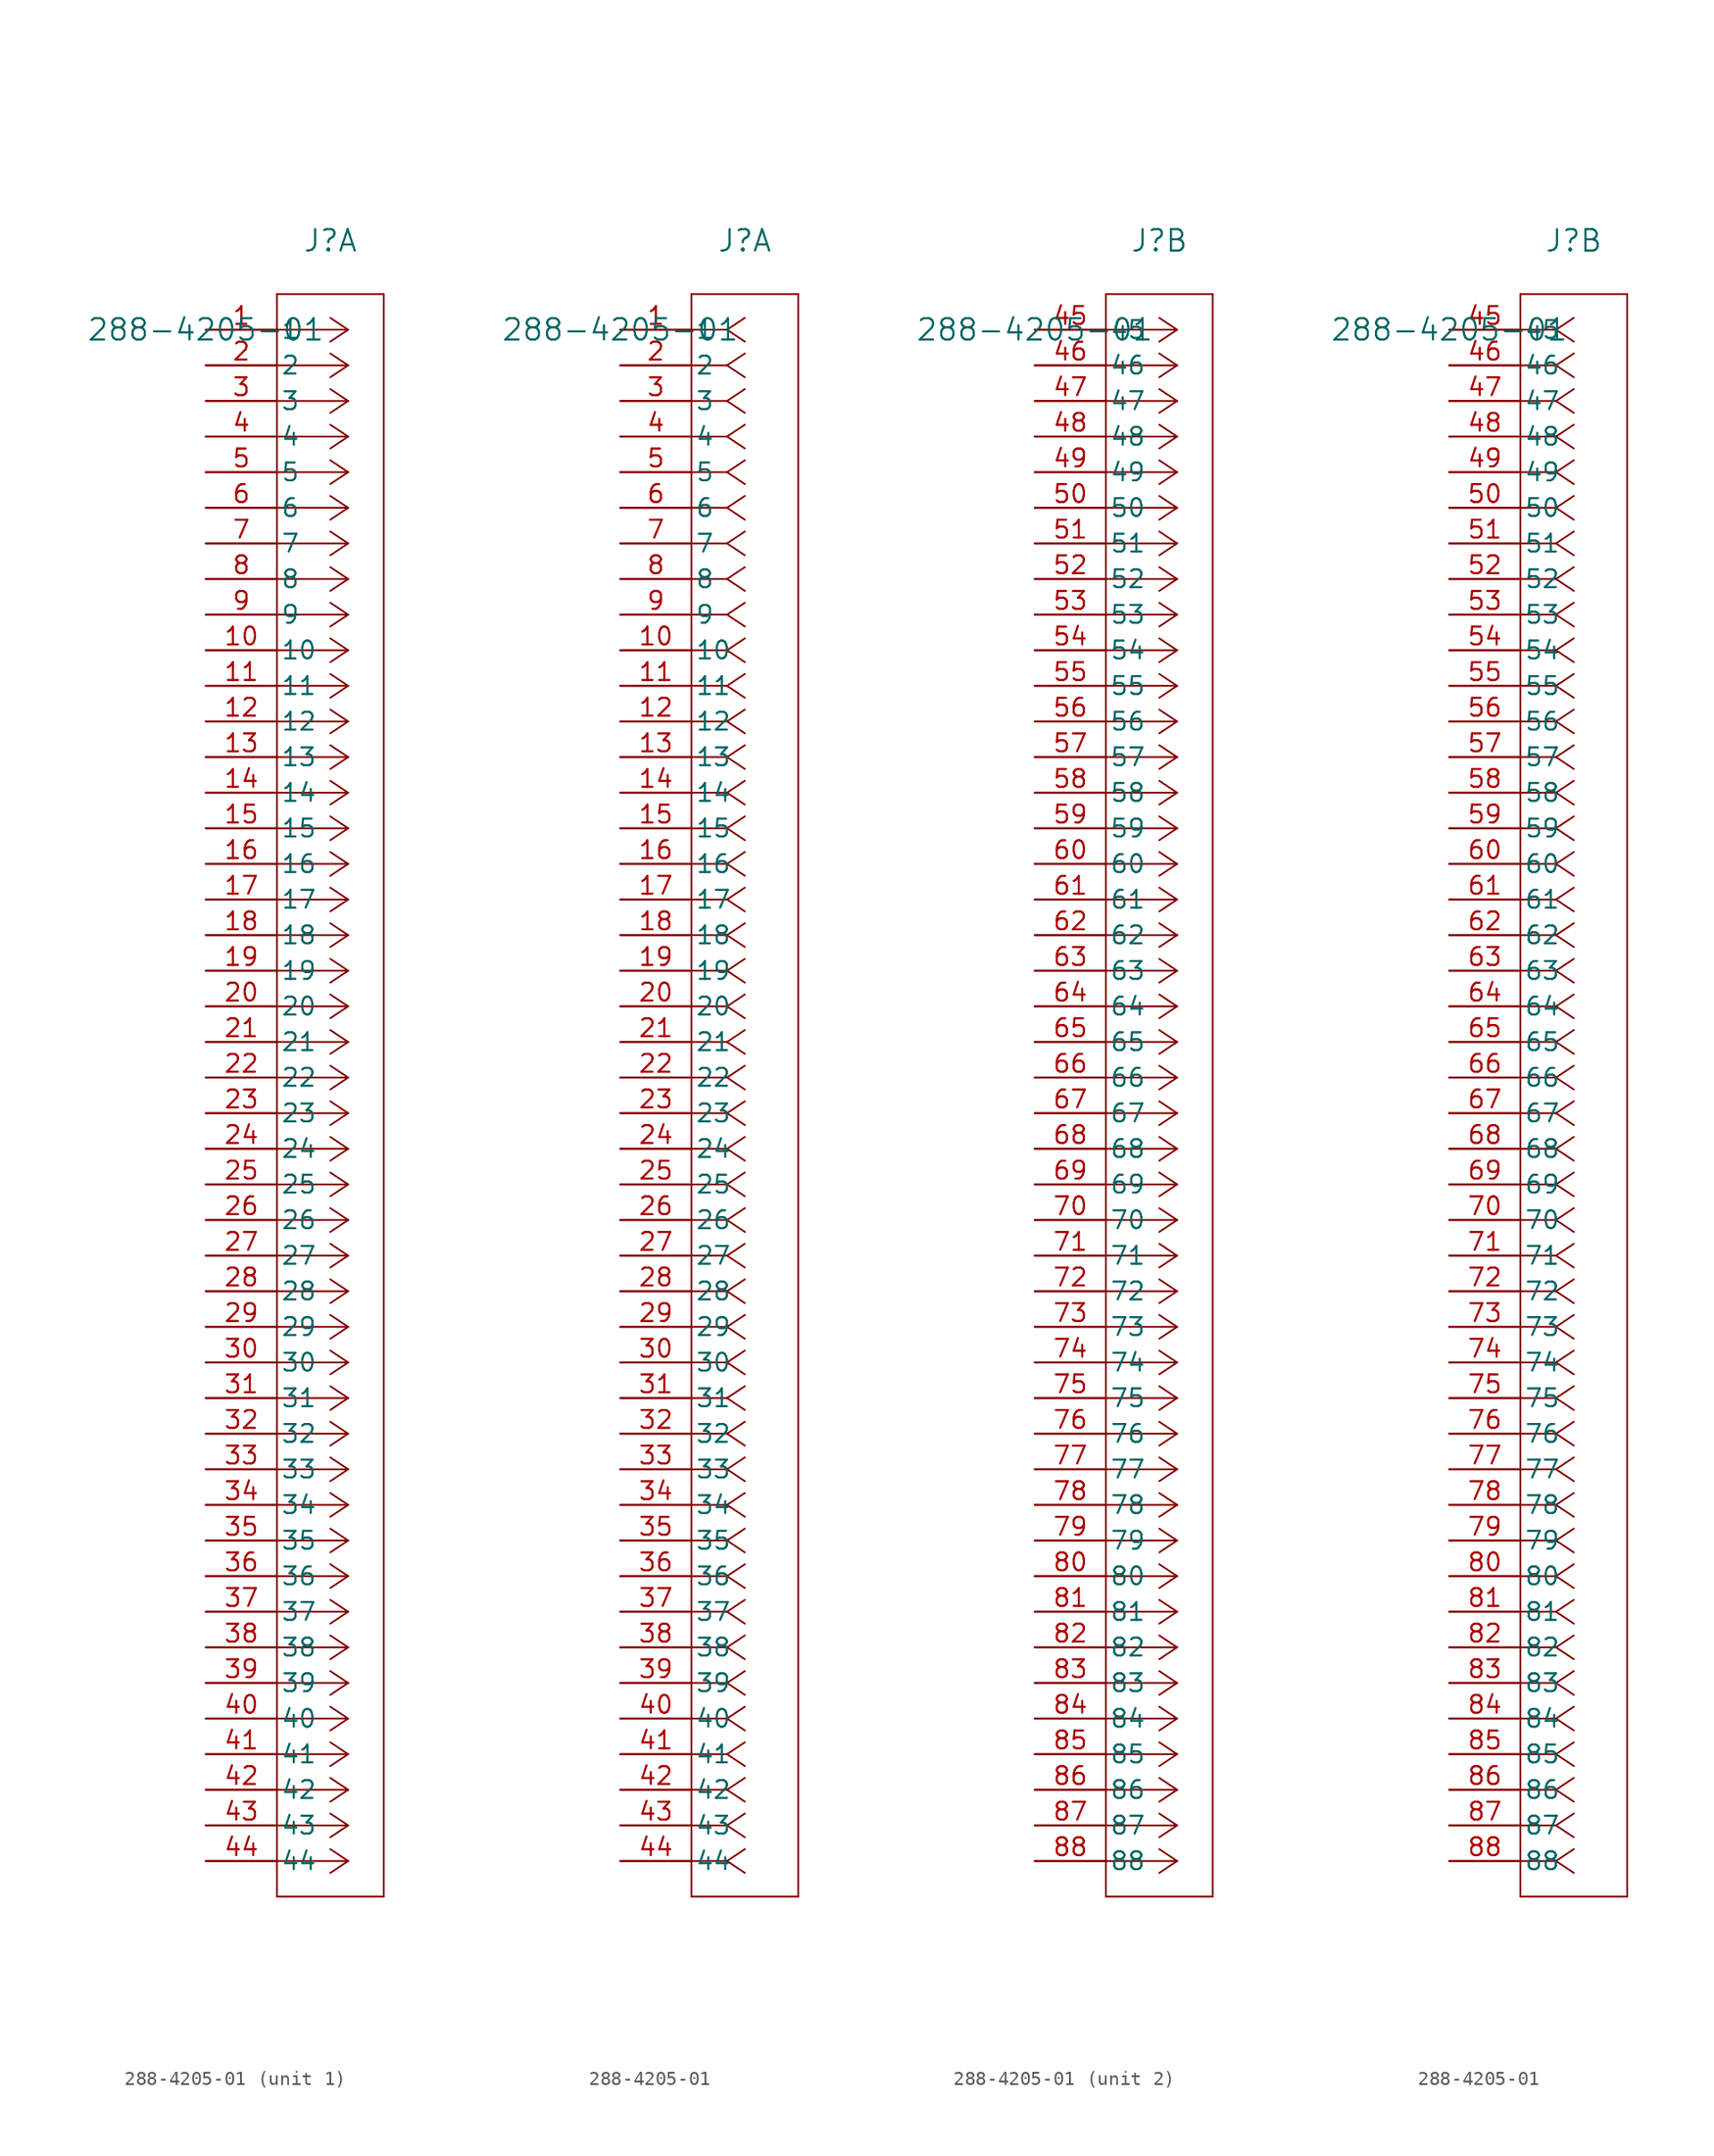
<source format=kicad_sym>
(kicad_symbol_lib
  (version 20211014)
  (generator kicad_symbol_editor)
  (symbol "288-4205-01"
    (pin_names
      (offset 0.254))
    (property "Reference" "J"
      (at 8.89 6.35 0)
      (effects (font (size 1.524 1.524))))
    (property "Value" "288-4205-01"
      (at 0 0 0)
      (effects (font (size 1.524 1.524))))
    (symbol "288-4205-01_1_1"
      (polyline (pts (xy 10.16 0) (xy 5.08 0)) (stroke (width 0.127) (type default) (color 0 0 0 0)) (fill (type none)))
      (polyline (pts (xy 10.16 -2.54) (xy 5.08 -2.54)) (stroke (width 0.127) (type default) (color 0 0 0 0)) (fill (type none)))
      (polyline (pts (xy 10.16 -5.08) (xy 5.08 -5.08)) (stroke (width 0.127) (type default) (color 0 0 0 0)) (fill (type none)))
      (polyline (pts (xy 10.16 -7.62) (xy 5.08 -7.62)) (stroke (width 0.127) (type default) (color 0 0 0 0)) (fill (type none)))
      (polyline (pts (xy 10.16 -10.16) (xy 5.08 -10.16)) (stroke (width 0.127) (type default) (color 0 0 0 0)) (fill (type none)))
      (polyline (pts (xy 10.16 -12.7) (xy 5.08 -12.7)) (stroke (width 0.127) (type default) (color 0 0 0 0)) (fill (type none)))
      (polyline (pts (xy 10.16 -15.24) (xy 5.08 -15.24)) (stroke (width 0.127) (type default) (color 0 0 0 0)) (fill (type none)))
      (polyline (pts (xy 10.16 -17.78) (xy 5.08 -17.78)) (stroke (width 0.127) (type default) (color 0 0 0 0)) (fill (type none)))
      (polyline (pts (xy 10.16 -20.32) (xy 5.08 -20.32)) (stroke (width 0.127) (type default) (color 0 0 0 0)) (fill (type none)))
      (polyline (pts (xy 10.16 -22.86) (xy 5.08 -22.86)) (stroke (width 0.127) (type default) (color 0 0 0 0)) (fill (type none)))
      (polyline (pts (xy 10.16 -25.4) (xy 5.08 -25.4)) (stroke (width 0.127) (type default) (color 0 0 0 0)) (fill (type none)))
      (polyline (pts (xy 10.16 -27.94) (xy 5.08 -27.94)) (stroke (width 0.127) (type default) (color 0 0 0 0)) (fill (type none)))
      (polyline (pts (xy 10.16 -30.48) (xy 5.08 -30.48)) (stroke (width 0.127) (type default) (color 0 0 0 0)) (fill (type none)))
      (polyline (pts (xy 10.16 -33.02) (xy 5.08 -33.02)) (stroke (width 0.127) (type default) (color 0 0 0 0)) (fill (type none)))
      (polyline (pts (xy 10.16 -35.56) (xy 5.08 -35.56)) (stroke (width 0.127) (type default) (color 0 0 0 0)) (fill (type none)))
      (polyline (pts (xy 10.16 -38.1) (xy 5.08 -38.1)) (stroke (width 0.127) (type default) (color 0 0 0 0)) (fill (type none)))
      (polyline (pts (xy 10.16 -40.64) (xy 5.08 -40.64)) (stroke (width 0.127) (type default) (color 0 0 0 0)) (fill (type none)))
      (polyline (pts (xy 10.16 -43.18) (xy 5.08 -43.18)) (stroke (width 0.127) (type default) (color 0 0 0 0)) (fill (type none)))
      (polyline (pts (xy 10.16 -45.72) (xy 5.08 -45.72)) (stroke (width 0.127) (type default) (color 0 0 0 0)) (fill (type none)))
      (polyline (pts (xy 10.16 -48.26) (xy 5.08 -48.26)) (stroke (width 0.127) (type default) (color 0 0 0 0)) (fill (type none)))
      (polyline (pts (xy 10.16 -50.8) (xy 5.08 -50.8)) (stroke (width 0.127) (type default) (color 0 0 0 0)) (fill (type none)))
      (polyline (pts (xy 10.16 -53.34) (xy 5.08 -53.34)) (stroke (width 0.127) (type default) (color 0 0 0 0)) (fill (type none)))
      (polyline (pts (xy 10.16 -55.88) (xy 5.08 -55.88)) (stroke (width 0.127) (type default) (color 0 0 0 0)) (fill (type none)))
      (polyline (pts (xy 10.16 -58.42) (xy 5.08 -58.42)) (stroke (width 0.127) (type default) (color 0 0 0 0)) (fill (type none)))
      (polyline (pts (xy 10.16 -60.96) (xy 5.08 -60.96)) (stroke (width 0.127) (type default) (color 0 0 0 0)) (fill (type none)))
      (polyline (pts (xy 10.16 -63.5) (xy 5.08 -63.5)) (stroke (width 0.127) (type default) (color 0 0 0 0)) (fill (type none)))
      (polyline (pts (xy 10.16 -66.04) (xy 5.08 -66.04)) (stroke (width 0.127) (type default) (color 0 0 0 0)) (fill (type none)))
      (polyline (pts (xy 10.16 -68.58) (xy 5.08 -68.58)) (stroke (width 0.127) (type default) (color 0 0 0 0)) (fill (type none)))
      (polyline (pts (xy 10.16 -71.12) (xy 5.08 -71.12)) (stroke (width 0.127) (type default) (color 0 0 0 0)) (fill (type none)))
      (polyline (pts (xy 10.16 -73.66) (xy 5.08 -73.66)) (stroke (width 0.127) (type default) (color 0 0 0 0)) (fill (type none)))
      (polyline (pts (xy 10.16 -76.2) (xy 5.08 -76.2)) (stroke (width 0.127) (type default) (color 0 0 0 0)) (fill (type none)))
      (polyline (pts (xy 10.16 -78.74) (xy 5.08 -78.74)) (stroke (width 0.127) (type default) (color 0 0 0 0)) (fill (type none)))
      (polyline (pts (xy 10.16 -81.28) (xy 5.08 -81.28)) (stroke (width 0.127) (type default) (color 0 0 0 0)) (fill (type none)))
      (polyline (pts (xy 10.16 -83.82) (xy 5.08 -83.82)) (stroke (width 0.127) (type default) (color 0 0 0 0)) (fill (type none)))
      (polyline (pts (xy 10.16 -86.36) (xy 5.08 -86.36)) (stroke (width 0.127) (type default) (color 0 0 0 0)) (fill (type none)))
      (polyline (pts (xy 10.16 -88.9) (xy 5.08 -88.9)) (stroke (width 0.127) (type default) (color 0 0 0 0)) (fill (type none)))
      (polyline (pts (xy 10.16 -91.44) (xy 5.08 -91.44)) (stroke (width 0.127) (type default) (color 0 0 0 0)) (fill (type none)))
      (polyline (pts (xy 10.16 -93.98) (xy 5.08 -93.98)) (stroke (width 0.127) (type default) (color 0 0 0 0)) (fill (type none)))
      (polyline (pts (xy 10.16 -96.52) (xy 5.08 -96.52)) (stroke (width 0.127) (type default) (color 0 0 0 0)) (fill (type none)))
      (polyline (pts (xy 10.16 -99.06) (xy 5.08 -99.06)) (stroke (width 0.127) (type default) (color 0 0 0 0)) (fill (type none)))
      (polyline (pts (xy 10.16 -101.6) (xy 5.08 -101.6)) (stroke (width 0.127) (type default) (color 0 0 0 0)) (fill (type none)))
      (polyline (pts (xy 10.16 -104.14) (xy 5.08 -104.14)) (stroke (width 0.127) (type default) (color 0 0 0 0)) (fill (type none)))
      (polyline (pts (xy 10.16 -106.68) (xy 5.08 -106.68)) (stroke (width 0.127) (type default) (color 0 0 0 0)) (fill (type none)))
      (polyline (pts (xy 10.16 -109.22) (xy 5.08 -109.22)) (stroke (width 0.127) (type default) (color 0 0 0 0)) (fill (type none)))
      (polyline (pts (xy 10.16 0) (xy 8.89 0.847)) (stroke (width 0.127) (type default) (color 0 0 0 0)) (fill (type none)))
      (polyline (pts (xy 10.16 -2.54) (xy 8.89 -1.693)) (stroke (width 0.127) (type default) (color 0 0 0 0)) (fill (type none)))
      (polyline (pts (xy 10.16 -5.08) (xy 8.89 -4.233)) (stroke (width 0.127) (type default) (color 0 0 0 0)) (fill (type none)))
      (polyline (pts (xy 10.16 -7.62) (xy 8.89 -6.773)) (stroke (width 0.127) (type default) (color 0 0 0 0)) (fill (type none)))
      (polyline (pts (xy 10.16 -10.16) (xy 8.89 -9.313)) (stroke (width 0.127) (type default) (color 0 0 0 0)) (fill (type none)))
      (polyline (pts (xy 10.16 -12.7) (xy 8.89 -11.853)) (stroke (width 0.127) (type default) (color 0 0 0 0)) (fill (type none)))
      (polyline (pts (xy 10.16 -15.24) (xy 8.89 -14.393)) (stroke (width 0.127) (type default) (color 0 0 0 0)) (fill (type none)))
      (polyline (pts (xy 10.16 -17.78) (xy 8.89 -16.933)) (stroke (width 0.127) (type default) (color 0 0 0 0)) (fill (type none)))
      (polyline (pts (xy 10.16 -20.32) (xy 8.89 -19.473)) (stroke (width 0.127) (type default) (color 0 0 0 0)) (fill (type none)))
      (polyline (pts (xy 10.16 -22.86) (xy 8.89 -22.013)) (stroke (width 0.127) (type default) (color 0 0 0 0)) (fill (type none)))
      (polyline (pts (xy 10.16 -25.4) (xy 8.89 -24.553)) (stroke (width 0.127) (type default) (color 0 0 0 0)) (fill (type none)))
      (polyline (pts (xy 10.16 -27.94) (xy 8.89 -27.093)) (stroke (width 0.127) (type default) (color 0 0 0 0)) (fill (type none)))
      (polyline (pts (xy 10.16 -30.48) (xy 8.89 -29.633)) (stroke (width 0.127) (type default) (color 0 0 0 0)) (fill (type none)))
      (polyline (pts (xy 10.16 -33.02) (xy 8.89 -32.173)) (stroke (width 0.127) (type default) (color 0 0 0 0)) (fill (type none)))
      (polyline (pts (xy 10.16 -35.56) (xy 8.89 -34.713)) (stroke (width 0.127) (type default) (color 0 0 0 0)) (fill (type none)))
      (polyline (pts (xy 10.16 -38.1) (xy 8.89 -37.253)) (stroke (width 0.127) (type default) (color 0 0 0 0)) (fill (type none)))
      (polyline (pts (xy 10.16 -40.64) (xy 8.89 -39.793)) (stroke (width 0.127) (type default) (color 0 0 0 0)) (fill (type none)))
      (polyline (pts (xy 10.16 -43.18) (xy 8.89 -42.333)) (stroke (width 0.127) (type default) (color 0 0 0 0)) (fill (type none)))
      (polyline (pts (xy 10.16 -45.72) (xy 8.89 -44.873)) (stroke (width 0.127) (type default) (color 0 0 0 0)) (fill (type none)))
      (polyline (pts (xy 10.16 -48.26) (xy 8.89 -47.413)) (stroke (width 0.127) (type default) (color 0 0 0 0)) (fill (type none)))
      (polyline (pts (xy 10.16 -50.8) (xy 8.89 -49.953)) (stroke (width 0.127) (type default) (color 0 0 0 0)) (fill (type none)))
      (polyline (pts (xy 10.16 -53.34) (xy 8.89 -52.493)) (stroke (width 0.127) (type default) (color 0 0 0 0)) (fill (type none)))
      (polyline (pts (xy 10.16 -55.88) (xy 8.89 -55.033)) (stroke (width 0.127) (type default) (color 0 0 0 0)) (fill (type none)))
      (polyline (pts (xy 10.16 -58.42) (xy 8.89 -57.573)) (stroke (width 0.127) (type default) (color 0 0 0 0)) (fill (type none)))
      (polyline (pts (xy 10.16 -60.96) (xy 8.89 -60.113)) (stroke (width 0.127) (type default) (color 0 0 0 0)) (fill (type none)))
      (polyline (pts (xy 10.16 -63.5) (xy 8.89 -62.653)) (stroke (width 0.127) (type default) (color 0 0 0 0)) (fill (type none)))
      (polyline (pts (xy 10.16 -66.04) (xy 8.89 -65.193)) (stroke (width 0.127) (type default) (color 0 0 0 0)) (fill (type none)))
      (polyline (pts (xy 10.16 -68.58) (xy 8.89 -67.733)) (stroke (width 0.127) (type default) (color 0 0 0 0)) (fill (type none)))
      (polyline (pts (xy 10.16 -71.12) (xy 8.89 -70.273)) (stroke (width 0.127) (type default) (color 0 0 0 0)) (fill (type none)))
      (polyline (pts (xy 10.16 -73.66) (xy 8.89 -72.813)) (stroke (width 0.127) (type default) (color 0 0 0 0)) (fill (type none)))
      (polyline (pts (xy 10.16 -76.2) (xy 8.89 -75.353)) (stroke (width 0.127) (type default) (color 0 0 0 0)) (fill (type none)))
      (polyline (pts (xy 10.16 -78.74) (xy 8.89 -77.893)) (stroke (width 0.127) (type default) (color 0 0 0 0)) (fill (type none)))
      (polyline (pts (xy 10.16 -81.28) (xy 8.89 -80.433)) (stroke (width 0.127) (type default) (color 0 0 0 0)) (fill (type none)))
      (polyline (pts (xy 10.16 -83.82) (xy 8.89 -82.973)) (stroke (width 0.127) (type default) (color 0 0 0 0)) (fill (type none)))
      (polyline (pts (xy 10.16 -86.36) (xy 8.89 -85.513)) (stroke (width 0.127) (type default) (color 0 0 0 0)) (fill (type none)))
      (polyline (pts (xy 10.16 -88.9) (xy 8.89 -88.053)) (stroke (width 0.127) (type default) (color 0 0 0 0)) (fill (type none)))
      (polyline (pts (xy 10.16 -91.44) (xy 8.89 -90.593)) (stroke (width 0.127) (type default) (color 0 0 0 0)) (fill (type none)))
      (polyline (pts (xy 10.16 -93.98) (xy 8.89 -93.133)) (stroke (width 0.127) (type default) (color 0 0 0 0)) (fill (type none)))
      (polyline (pts (xy 10.16 -96.52) (xy 8.89 -95.673)) (stroke (width 0.127) (type default) (color 0 0 0 0)) (fill (type none)))
      (polyline (pts (xy 10.16 -99.06) (xy 8.89 -98.213)) (stroke (width 0.127) (type default) (color 0 0 0 0)) (fill (type none)))
      (polyline (pts (xy 10.16 -101.6) (xy 8.89 -100.753)) (stroke (width 0.127) (type default) (color 0 0 0 0)) (fill (type none)))
      (polyline (pts (xy 10.16 -104.14) (xy 8.89 -103.293)) (stroke (width 0.127) (type default) (color 0 0 0 0)) (fill (type none)))
      (polyline (pts (xy 10.16 -106.68) (xy 8.89 -105.833)) (stroke (width 0.127) (type default) (color 0 0 0 0)) (fill (type none)))
      (polyline (pts (xy 10.16 -109.22) (xy 8.89 -108.373)) (stroke (width 0.127) (type default) (color 0 0 0 0)) (fill (type none)))
      (polyline (pts (xy 10.16 0) (xy 8.89 -0.847)) (stroke (width 0.127) (type default) (color 0 0 0 0)) (fill (type none)))
      (polyline (pts (xy 10.16 -2.54) (xy 8.89 -3.387)) (stroke (width 0.127) (type default) (color 0 0 0 0)) (fill (type none)))
      (polyline (pts (xy 10.16 -5.08) (xy 8.89 -5.927)) (stroke (width 0.127) (type default) (color 0 0 0 0)) (fill (type none)))
      (polyline (pts (xy 10.16 -7.62) (xy 8.89 -8.467)) (stroke (width 0.127) (type default) (color 0 0 0 0)) (fill (type none)))
      (polyline (pts (xy 10.16 -10.16) (xy 8.89 -11.007)) (stroke (width 0.127) (type default) (color 0 0 0 0)) (fill (type none)))
      (polyline (pts (xy 10.16 -12.7) (xy 8.89 -13.547)) (stroke (width 0.127) (type default) (color 0 0 0 0)) (fill (type none)))
      (polyline (pts (xy 10.16 -15.24) (xy 8.89 -16.087)) (stroke (width 0.127) (type default) (color 0 0 0 0)) (fill (type none)))
      (polyline (pts (xy 10.16 -17.78) (xy 8.89 -18.627)) (stroke (width 0.127) (type default) (color 0 0 0 0)) (fill (type none)))
      (polyline (pts (xy 10.16 -20.32) (xy 8.89 -21.167)) (stroke (width 0.127) (type default) (color 0 0 0 0)) (fill (type none)))
      (polyline (pts (xy 10.16 -22.86) (xy 8.89 -23.707)) (stroke (width 0.127) (type default) (color 0 0 0 0)) (fill (type none)))
      (polyline (pts (xy 10.16 -25.4) (xy 8.89 -26.247)) (stroke (width 0.127) (type default) (color 0 0 0 0)) (fill (type none)))
      (polyline (pts (xy 10.16 -27.94) (xy 8.89 -28.787)) (stroke (width 0.127) (type default) (color 0 0 0 0)) (fill (type none)))
      (polyline (pts (xy 10.16 -30.48) (xy 8.89 -31.327)) (stroke (width 0.127) (type default) (color 0 0 0 0)) (fill (type none)))
      (polyline (pts (xy 10.16 -33.02) (xy 8.89 -33.867)) (stroke (width 0.127) (type default) (color 0 0 0 0)) (fill (type none)))
      (polyline (pts (xy 10.16 -35.56) (xy 8.89 -36.407)) (stroke (width 0.127) (type default) (color 0 0 0 0)) (fill (type none)))
      (polyline (pts (xy 10.16 -38.1) (xy 8.89 -38.947)) (stroke (width 0.127) (type default) (color 0 0 0 0)) (fill (type none)))
      (polyline (pts (xy 10.16 -40.64) (xy 8.89 -41.487)) (stroke (width 0.127) (type default) (color 0 0 0 0)) (fill (type none)))
      (polyline (pts (xy 10.16 -43.18) (xy 8.89 -44.027)) (stroke (width 0.127) (type default) (color 0 0 0 0)) (fill (type none)))
      (polyline (pts (xy 10.16 -45.72) (xy 8.89 -46.567)) (stroke (width 0.127) (type default) (color 0 0 0 0)) (fill (type none)))
      (polyline (pts (xy 10.16 -48.26) (xy 8.89 -49.107)) (stroke (width 0.127) (type default) (color 0 0 0 0)) (fill (type none)))
      (polyline (pts (xy 10.16 -50.8) (xy 8.89 -51.647)) (stroke (width 0.127) (type default) (color 0 0 0 0)) (fill (type none)))
      (polyline (pts (xy 10.16 -53.34) (xy 8.89 -54.187)) (stroke (width 0.127) (type default) (color 0 0 0 0)) (fill (type none)))
      (polyline (pts (xy 10.16 -55.88) (xy 8.89 -56.727)) (stroke (width 0.127) (type default) (color 0 0 0 0)) (fill (type none)))
      (polyline (pts (xy 10.16 -58.42) (xy 8.89 -59.267)) (stroke (width 0.127) (type default) (color 0 0 0 0)) (fill (type none)))
      (polyline (pts (xy 10.16 -60.96) (xy 8.89 -61.807)) (stroke (width 0.127) (type default) (color 0 0 0 0)) (fill (type none)))
      (polyline (pts (xy 10.16 -63.5) (xy 8.89 -64.347)) (stroke (width 0.127) (type default) (color 0 0 0 0)) (fill (type none)))
      (polyline (pts (xy 10.16 -66.04) (xy 8.89 -66.887)) (stroke (width 0.127) (type default) (color 0 0 0 0)) (fill (type none)))
      (polyline (pts (xy 10.16 -68.58) (xy 8.89 -69.427)) (stroke (width 0.127) (type default) (color 0 0 0 0)) (fill (type none)))
      (polyline (pts (xy 10.16 -71.12) (xy 8.89 -71.967)) (stroke (width 0.127) (type default) (color 0 0 0 0)) (fill (type none)))
      (polyline (pts (xy 10.16 -73.66) (xy 8.89 -74.507)) (stroke (width 0.127) (type default) (color 0 0 0 0)) (fill (type none)))
      (polyline (pts (xy 10.16 -76.2) (xy 8.89 -77.047)) (stroke (width 0.127) (type default) (color 0 0 0 0)) (fill (type none)))
      (polyline (pts (xy 10.16 -78.74) (xy 8.89 -79.587)) (stroke (width 0.127) (type default) (color 0 0 0 0)) (fill (type none)))
      (polyline (pts (xy 10.16 -81.28) (xy 8.89 -82.127)) (stroke (width 0.127) (type default) (color 0 0 0 0)) (fill (type none)))
      (polyline (pts (xy 10.16 -83.82) (xy 8.89 -84.667)) (stroke (width 0.127) (type default) (color 0 0 0 0)) (fill (type none)))
      (polyline (pts (xy 10.16 -86.36) (xy 8.89 -87.207)) (stroke (width 0.127) (type default) (color 0 0 0 0)) (fill (type none)))
      (polyline (pts (xy 10.16 -88.9) (xy 8.89 -89.747)) (stroke (width 0.127) (type default) (color 0 0 0 0)) (fill (type none)))
      (polyline (pts (xy 10.16 -91.44) (xy 8.89 -92.287)) (stroke (width 0.127) (type default) (color 0 0 0 0)) (fill (type none)))
      (polyline (pts (xy 10.16 -93.98) (xy 8.89 -94.827)) (stroke (width 0.127) (type default) (color 0 0 0 0)) (fill (type none)))
      (polyline (pts (xy 10.16 -96.52) (xy 8.89 -97.367)) (stroke (width 0.127) (type default) (color 0 0 0 0)) (fill (type none)))
      (polyline (pts (xy 10.16 -99.06) (xy 8.89 -99.907)) (stroke (width 0.127) (type default) (color 0 0 0 0)) (fill (type none)))
      (polyline (pts (xy 10.16 -101.6) (xy 8.89 -102.447)) (stroke (width 0.127) (type default) (color 0 0 0 0)) (fill (type none)))
      (polyline (pts (xy 10.16 -104.14) (xy 8.89 -104.987)) (stroke (width 0.127) (type default) (color 0 0 0 0)) (fill (type none)))
      (polyline (pts (xy 10.16 -106.68) (xy 8.89 -107.527)) (stroke (width 0.127) (type default) (color 0 0 0 0)) (fill (type none)))
      (polyline (pts (xy 10.16 -109.22) (xy 8.89 -110.067)) (stroke (width 0.127) (type default) (color 0 0 0 0)) (fill (type none)))
      (polyline (pts (xy 5.08 2.54) (xy 5.08 -111.76)) (stroke (width 0.127) (type default) (color 0 0 0 0)) (fill (type none)))
      (polyline (pts (xy 5.08 -111.76) (xy 12.7 -111.76)) (stroke (width 0.127) (type default) (color 0 0 0 0)) (fill (type none)))
      (polyline (pts (xy 12.7 -111.76) (xy 12.7 2.54)) (stroke (width 0.127) (type default) (color 0 0 0 0)) (fill (type none)))
      (polyline (pts (xy 12.7 2.54) (xy 5.08 2.54)) (stroke (width 0.127) (type default) (color 0 0 0 0)) (fill (type none)))
      (pin unspecified line (at 0 0 0) (length 5.08) (name "1" (effects (font (size 1.27 1.27)))) (number "1" (effects (font (size 1.27 1.27)))))
      (pin unspecified line (at 0 -2.54 0) (length 5.08) (name "2" (effects (font (size 1.27 1.27)))) (number "2" (effects (font (size 1.27 1.27)))))
      (pin unspecified line (at 0 -5.08 0) (length 5.08) (name "3" (effects (font (size 1.27 1.27)))) (number "3" (effects (font (size 1.27 1.27)))))
      (pin unspecified line (at 0 -7.62 0) (length 5.08) (name "4" (effects (font (size 1.27 1.27)))) (number "4" (effects (font (size 1.27 1.27)))))
      (pin unspecified line (at 0 -10.16 0) (length 5.08) (name "5" (effects (font (size 1.27 1.27)))) (number "5" (effects (font (size 1.27 1.27)))))
      (pin unspecified line (at 0 -12.7 0) (length 5.08) (name "6" (effects (font (size 1.27 1.27)))) (number "6" (effects (font (size 1.27 1.27)))))
      (pin unspecified line (at 0 -15.24 0) (length 5.08) (name "7" (effects (font (size 1.27 1.27)))) (number "7" (effects (font (size 1.27 1.27)))))
      (pin unspecified line (at 0 -17.78 0) (length 5.08) (name "8" (effects (font (size 1.27 1.27)))) (number "8" (effects (font (size 1.27 1.27)))))
      (pin unspecified line (at 0 -20.32 0) (length 5.08) (name "9" (effects (font (size 1.27 1.27)))) (number "9" (effects (font (size 1.27 1.27)))))
      (pin unspecified line (at 0 -22.86 0) (length 5.08) (name "10" (effects (font (size 1.27 1.27)))) (number "10" (effects (font (size 1.27 1.27)))))
      (pin unspecified line (at 0 -25.4 0) (length 5.08) (name "11" (effects (font (size 1.27 1.27)))) (number "11" (effects (font (size 1.27 1.27)))))
      (pin unspecified line (at 0 -27.94 0) (length 5.08) (name "12" (effects (font (size 1.27 1.27)))) (number "12" (effects (font (size 1.27 1.27)))))
      (pin unspecified line (at 0 -30.48 0) (length 5.08) (name "13" (effects (font (size 1.27 1.27)))) (number "13" (effects (font (size 1.27 1.27)))))
      (pin unspecified line (at 0 -33.02 0) (length 5.08) (name "14" (effects (font (size 1.27 1.27)))) (number "14" (effects (font (size 1.27 1.27)))))
      (pin unspecified line (at 0 -35.56 0) (length 5.08) (name "15" (effects (font (size 1.27 1.27)))) (number "15" (effects (font (size 1.27 1.27)))))
      (pin unspecified line (at 0 -38.1 0) (length 5.08) (name "16" (effects (font (size 1.27 1.27)))) (number "16" (effects (font (size 1.27 1.27)))))
      (pin unspecified line (at 0 -40.64 0) (length 5.08) (name "17" (effects (font (size 1.27 1.27)))) (number "17" (effects (font (size 1.27 1.27)))))
      (pin unspecified line (at 0 -43.18 0) (length 5.08) (name "18" (effects (font (size 1.27 1.27)))) (number "18" (effects (font (size 1.27 1.27)))))
      (pin unspecified line (at 0 -45.72 0) (length 5.08) (name "19" (effects (font (size 1.27 1.27)))) (number "19" (effects (font (size 1.27 1.27)))))
      (pin unspecified line (at 0 -48.26 0) (length 5.08) (name "20" (effects (font (size 1.27 1.27)))) (number "20" (effects (font (size 1.27 1.27)))))
      (pin unspecified line (at 0 -50.8 0) (length 5.08) (name "21" (effects (font (size 1.27 1.27)))) (number "21" (effects (font (size 1.27 1.27)))))
      (pin unspecified line (at 0 -53.34 0) (length 5.08) (name "22" (effects (font (size 1.27 1.27)))) (number "22" (effects (font (size 1.27 1.27)))))
      (pin unspecified line (at 0 -55.88 0) (length 5.08) (name "23" (effects (font (size 1.27 1.27)))) (number "23" (effects (font (size 1.27 1.27)))))
      (pin unspecified line (at 0 -58.42 0) (length 5.08) (name "24" (effects (font (size 1.27 1.27)))) (number "24" (effects (font (size 1.27 1.27)))))
      (pin unspecified line (at 0 -60.96 0) (length 5.08) (name "25" (effects (font (size 1.27 1.27)))) (number "25" (effects (font (size 1.27 1.27)))))
      (pin unspecified line (at 0 -63.5 0) (length 5.08) (name "26" (effects (font (size 1.27 1.27)))) (number "26" (effects (font (size 1.27 1.27)))))
      (pin unspecified line (at 0 -66.04 0) (length 5.08) (name "27" (effects (font (size 1.27 1.27)))) (number "27" (effects (font (size 1.27 1.27)))))
      (pin unspecified line (at 0 -68.58 0) (length 5.08) (name "28" (effects (font (size 1.27 1.27)))) (number "28" (effects (font (size 1.27 1.27)))))
      (pin unspecified line (at 0 -71.12 0) (length 5.08) (name "29" (effects (font (size 1.27 1.27)))) (number "29" (effects (font (size 1.27 1.27)))))
      (pin unspecified line (at 0 -73.66 0) (length 5.08) (name "30" (effects (font (size 1.27 1.27)))) (number "30" (effects (font (size 1.27 1.27)))))
      (pin unspecified line (at 0 -76.2 0) (length 5.08) (name "31" (effects (font (size 1.27 1.27)))) (number "31" (effects (font (size 1.27 1.27)))))
      (pin unspecified line (at 0 -78.74 0) (length 5.08) (name "32" (effects (font (size 1.27 1.27)))) (number "32" (effects (font (size 1.27 1.27)))))
      (pin unspecified line (at 0 -81.28 0) (length 5.08) (name "33" (effects (font (size 1.27 1.27)))) (number "33" (effects (font (size 1.27 1.27)))))
      (pin unspecified line (at 0 -83.82 0) (length 5.08) (name "34" (effects (font (size 1.27 1.27)))) (number "34" (effects (font (size 1.27 1.27)))))
      (pin unspecified line (at 0 -86.36 0) (length 5.08) (name "35" (effects (font (size 1.27 1.27)))) (number "35" (effects (font (size 1.27 1.27)))))
      (pin unspecified line (at 0 -88.9 0) (length 5.08) (name "36" (effects (font (size 1.27 1.27)))) (number "36" (effects (font (size 1.27 1.27)))))
      (pin unspecified line (at 0 -91.44 0) (length 5.08) (name "37" (effects (font (size 1.27 1.27)))) (number "37" (effects (font (size 1.27 1.27)))))
      (pin unspecified line (at 0 -93.98 0) (length 5.08) (name "38" (effects (font (size 1.27 1.27)))) (number "38" (effects (font (size 1.27 1.27)))))
      (pin unspecified line (at 0 -96.52 0) (length 5.08) (name "39" (effects (font (size 1.27 1.27)))) (number "39" (effects (font (size 1.27 1.27)))))
      (pin unspecified line (at 0 -99.06 0) (length 5.08) (name "40" (effects (font (size 1.27 1.27)))) (number "40" (effects (font (size 1.27 1.27)))))
      (pin unspecified line (at 0 -101.6 0) (length 5.08) (name "41" (effects (font (size 1.27 1.27)))) (number "41" (effects (font (size 1.27 1.27)))))
      (pin unspecified line (at 0 -104.14 0) (length 5.08) (name "42" (effects (font (size 1.27 1.27)))) (number "42" (effects (font (size 1.27 1.27)))))
      (pin unspecified line (at 0 -106.68 0) (length 5.08) (name "43" (effects (font (size 1.27 1.27)))) (number "43" (effects (font (size 1.27 1.27)))))
      (pin unspecified line (at 0 -109.22 0) (length 5.08) (name "44" (effects (font (size 1.27 1.27)))) (number "44" (effects (font (size 1.27 1.27))))))
    (symbol "288-4205-01_1_2"
      (polyline (pts (xy 7.62 0) (xy 5.08 0)) (stroke (width 0.127) (type default) (color 0 0 0 0)) (fill (type none)))
      (polyline (pts (xy 7.62 -2.54) (xy 5.08 -2.54)) (stroke (width 0.127) (type default) (color 0 0 0 0)) (fill (type none)))
      (polyline (pts (xy 7.62 -5.08) (xy 5.08 -5.08)) (stroke (width 0.127) (type default) (color 0 0 0 0)) (fill (type none)))
      (polyline (pts (xy 7.62 -7.62) (xy 5.08 -7.62)) (stroke (width 0.127) (type default) (color 0 0 0 0)) (fill (type none)))
      (polyline (pts (xy 7.62 -10.16) (xy 5.08 -10.16)) (stroke (width 0.127) (type default) (color 0 0 0 0)) (fill (type none)))
      (polyline (pts (xy 7.62 -12.7) (xy 5.08 -12.7)) (stroke (width 0.127) (type default) (color 0 0 0 0)) (fill (type none)))
      (polyline (pts (xy 7.62 -15.24) (xy 5.08 -15.24)) (stroke (width 0.127) (type default) (color 0 0 0 0)) (fill (type none)))
      (polyline (pts (xy 7.62 -17.78) (xy 5.08 -17.78)) (stroke (width 0.127) (type default) (color 0 0 0 0)) (fill (type none)))
      (polyline (pts (xy 7.62 -20.32) (xy 5.08 -20.32)) (stroke (width 0.127) (type default) (color 0 0 0 0)) (fill (type none)))
      (polyline (pts (xy 7.62 -22.86) (xy 5.08 -22.86)) (stroke (width 0.127) (type default) (color 0 0 0 0)) (fill (type none)))
      (polyline (pts (xy 7.62 -25.4) (xy 5.08 -25.4)) (stroke (width 0.127) (type default) (color 0 0 0 0)) (fill (type none)))
      (polyline (pts (xy 7.62 -27.94) (xy 5.08 -27.94)) (stroke (width 0.127) (type default) (color 0 0 0 0)) (fill (type none)))
      (polyline (pts (xy 7.62 -30.48) (xy 5.08 -30.48)) (stroke (width 0.127) (type default) (color 0 0 0 0)) (fill (type none)))
      (polyline (pts (xy 7.62 -33.02) (xy 5.08 -33.02)) (stroke (width 0.127) (type default) (color 0 0 0 0)) (fill (type none)))
      (polyline (pts (xy 7.62 -35.56) (xy 5.08 -35.56)) (stroke (width 0.127) (type default) (color 0 0 0 0)) (fill (type none)))
      (polyline (pts (xy 7.62 -38.1) (xy 5.08 -38.1)) (stroke (width 0.127) (type default) (color 0 0 0 0)) (fill (type none)))
      (polyline (pts (xy 7.62 -40.64) (xy 5.08 -40.64)) (stroke (width 0.127) (type default) (color 0 0 0 0)) (fill (type none)))
      (polyline (pts (xy 7.62 -43.18) (xy 5.08 -43.18)) (stroke (width 0.127) (type default) (color 0 0 0 0)) (fill (type none)))
      (polyline (pts (xy 7.62 -45.72) (xy 5.08 -45.72)) (stroke (width 0.127) (type default) (color 0 0 0 0)) (fill (type none)))
      (polyline (pts (xy 7.62 -48.26) (xy 5.08 -48.26)) (stroke (width 0.127) (type default) (color 0 0 0 0)) (fill (type none)))
      (polyline (pts (xy 7.62 -50.8) (xy 5.08 -50.8)) (stroke (width 0.127) (type default) (color 0 0 0 0)) (fill (type none)))
      (polyline (pts (xy 7.62 -53.34) (xy 5.08 -53.34)) (stroke (width 0.127) (type default) (color 0 0 0 0)) (fill (type none)))
      (polyline (pts (xy 7.62 -55.88) (xy 5.08 -55.88)) (stroke (width 0.127) (type default) (color 0 0 0 0)) (fill (type none)))
      (polyline (pts (xy 7.62 -58.42) (xy 5.08 -58.42)) (stroke (width 0.127) (type default) (color 0 0 0 0)) (fill (type none)))
      (polyline (pts (xy 7.62 -60.96) (xy 5.08 -60.96)) (stroke (width 0.127) (type default) (color 0 0 0 0)) (fill (type none)))
      (polyline (pts (xy 7.62 -63.5) (xy 5.08 -63.5)) (stroke (width 0.127) (type default) (color 0 0 0 0)) (fill (type none)))
      (polyline (pts (xy 7.62 -66.04) (xy 5.08 -66.04)) (stroke (width 0.127) (type default) (color 0 0 0 0)) (fill (type none)))
      (polyline (pts (xy 7.62 -68.58) (xy 5.08 -68.58)) (stroke (width 0.127) (type default) (color 0 0 0 0)) (fill (type none)))
      (polyline (pts (xy 7.62 -71.12) (xy 5.08 -71.12)) (stroke (width 0.127) (type default) (color 0 0 0 0)) (fill (type none)))
      (polyline (pts (xy 7.62 -73.66) (xy 5.08 -73.66)) (stroke (width 0.127) (type default) (color 0 0 0 0)) (fill (type none)))
      (polyline (pts (xy 7.62 -76.2) (xy 5.08 -76.2)) (stroke (width 0.127) (type default) (color 0 0 0 0)) (fill (type none)))
      (polyline (pts (xy 7.62 -78.74) (xy 5.08 -78.74)) (stroke (width 0.127) (type default) (color 0 0 0 0)) (fill (type none)))
      (polyline (pts (xy 7.62 -81.28) (xy 5.08 -81.28)) (stroke (width 0.127) (type default) (color 0 0 0 0)) (fill (type none)))
      (polyline (pts (xy 7.62 -83.82) (xy 5.08 -83.82)) (stroke (width 0.127) (type default) (color 0 0 0 0)) (fill (type none)))
      (polyline (pts (xy 7.62 -86.36) (xy 5.08 -86.36)) (stroke (width 0.127) (type default) (color 0 0 0 0)) (fill (type none)))
      (polyline (pts (xy 7.62 -88.9) (xy 5.08 -88.9)) (stroke (width 0.127) (type default) (color 0 0 0 0)) (fill (type none)))
      (polyline (pts (xy 7.62 -91.44) (xy 5.08 -91.44)) (stroke (width 0.127) (type default) (color 0 0 0 0)) (fill (type none)))
      (polyline (pts (xy 7.62 -93.98) (xy 5.08 -93.98)) (stroke (width 0.127) (type default) (color 0 0 0 0)) (fill (type none)))
      (polyline (pts (xy 7.62 -96.52) (xy 5.08 -96.52)) (stroke (width 0.127) (type default) (color 0 0 0 0)) (fill (type none)))
      (polyline (pts (xy 7.62 -99.06) (xy 5.08 -99.06)) (stroke (width 0.127) (type default) (color 0 0 0 0)) (fill (type none)))
      (polyline (pts (xy 7.62 -101.6) (xy 5.08 -101.6)) (stroke (width 0.127) (type default) (color 0 0 0 0)) (fill (type none)))
      (polyline (pts (xy 7.62 -104.14) (xy 5.08 -104.14)) (stroke (width 0.127) (type default) (color 0 0 0 0)) (fill (type none)))
      (polyline (pts (xy 7.62 -106.68) (xy 5.08 -106.68)) (stroke (width 0.127) (type default) (color 0 0 0 0)) (fill (type none)))
      (polyline (pts (xy 7.62 -109.22) (xy 5.08 -109.22)) (stroke (width 0.127) (type default) (color 0 0 0 0)) (fill (type none)))
      (polyline (pts (xy 7.62 0) (xy 8.89 0.847)) (stroke (width 0.127) (type default) (color 0 0 0 0)) (fill (type none)))
      (polyline (pts (xy 7.62 -2.54) (xy 8.89 -1.693)) (stroke (width 0.127) (type default) (color 0 0 0 0)) (fill (type none)))
      (polyline (pts (xy 7.62 -5.08) (xy 8.89 -4.233)) (stroke (width 0.127) (type default) (color 0 0 0 0)) (fill (type none)))
      (polyline (pts (xy 7.62 -7.62) (xy 8.89 -6.773)) (stroke (width 0.127) (type default) (color 0 0 0 0)) (fill (type none)))
      (polyline (pts (xy 7.62 -10.16) (xy 8.89 -9.313)) (stroke (width 0.127) (type default) (color 0 0 0 0)) (fill (type none)))
      (polyline (pts (xy 7.62 -12.7) (xy 8.89 -11.853)) (stroke (width 0.127) (type default) (color 0 0 0 0)) (fill (type none)))
      (polyline (pts (xy 7.62 -15.24) (xy 8.89 -14.393)) (stroke (width 0.127) (type default) (color 0 0 0 0)) (fill (type none)))
      (polyline (pts (xy 7.62 -17.78) (xy 8.89 -16.933)) (stroke (width 0.127) (type default) (color 0 0 0 0)) (fill (type none)))
      (polyline (pts (xy 7.62 -20.32) (xy 8.89 -19.473)) (stroke (width 0.127) (type default) (color 0 0 0 0)) (fill (type none)))
      (polyline (pts (xy 7.62 -22.86) (xy 8.89 -22.013)) (stroke (width 0.127) (type default) (color 0 0 0 0)) (fill (type none)))
      (polyline (pts (xy 7.62 -25.4) (xy 8.89 -24.553)) (stroke (width 0.127) (type default) (color 0 0 0 0)) (fill (type none)))
      (polyline (pts (xy 7.62 -27.94) (xy 8.89 -27.093)) (stroke (width 0.127) (type default) (color 0 0 0 0)) (fill (type none)))
      (polyline (pts (xy 7.62 -30.48) (xy 8.89 -29.633)) (stroke (width 0.127) (type default) (color 0 0 0 0)) (fill (type none)))
      (polyline (pts (xy 7.62 -33.02) (xy 8.89 -32.173)) (stroke (width 0.127) (type default) (color 0 0 0 0)) (fill (type none)))
      (polyline (pts (xy 7.62 -35.56) (xy 8.89 -34.713)) (stroke (width 0.127) (type default) (color 0 0 0 0)) (fill (type none)))
      (polyline (pts (xy 7.62 -38.1) (xy 8.89 -37.253)) (stroke (width 0.127) (type default) (color 0 0 0 0)) (fill (type none)))
      (polyline (pts (xy 7.62 -40.64) (xy 8.89 -39.793)) (stroke (width 0.127) (type default) (color 0 0 0 0)) (fill (type none)))
      (polyline (pts (xy 7.62 -43.18) (xy 8.89 -42.333)) (stroke (width 0.127) (type default) (color 0 0 0 0)) (fill (type none)))
      (polyline (pts (xy 7.62 -45.72) (xy 8.89 -44.873)) (stroke (width 0.127) (type default) (color 0 0 0 0)) (fill (type none)))
      (polyline (pts (xy 7.62 -48.26) (xy 8.89 -47.413)) (stroke (width 0.127) (type default) (color 0 0 0 0)) (fill (type none)))
      (polyline (pts (xy 7.62 -50.8) (xy 8.89 -49.953)) (stroke (width 0.127) (type default) (color 0 0 0 0)) (fill (type none)))
      (polyline (pts (xy 7.62 -53.34) (xy 8.89 -52.493)) (stroke (width 0.127) (type default) (color 0 0 0 0)) (fill (type none)))
      (polyline (pts (xy 7.62 -55.88) (xy 8.89 -55.033)) (stroke (width 0.127) (type default) (color 0 0 0 0)) (fill (type none)))
      (polyline (pts (xy 7.62 -58.42) (xy 8.89 -57.573)) (stroke (width 0.127) (type default) (color 0 0 0 0)) (fill (type none)))
      (polyline (pts (xy 7.62 -60.96) (xy 8.89 -60.113)) (stroke (width 0.127) (type default) (color 0 0 0 0)) (fill (type none)))
      (polyline (pts (xy 7.62 -63.5) (xy 8.89 -62.653)) (stroke (width 0.127) (type default) (color 0 0 0 0)) (fill (type none)))
      (polyline (pts (xy 7.62 -66.04) (xy 8.89 -65.193)) (stroke (width 0.127) (type default) (color 0 0 0 0)) (fill (type none)))
      (polyline (pts (xy 7.62 -68.58) (xy 8.89 -67.733)) (stroke (width 0.127) (type default) (color 0 0 0 0)) (fill (type none)))
      (polyline (pts (xy 7.62 -71.12) (xy 8.89 -70.273)) (stroke (width 0.127) (type default) (color 0 0 0 0)) (fill (type none)))
      (polyline (pts (xy 7.62 -73.66) (xy 8.89 -72.813)) (stroke (width 0.127) (type default) (color 0 0 0 0)) (fill (type none)))
      (polyline (pts (xy 7.62 -76.2) (xy 8.89 -75.353)) (stroke (width 0.127) (type default) (color 0 0 0 0)) (fill (type none)))
      (polyline (pts (xy 7.62 -78.74) (xy 8.89 -77.893)) (stroke (width 0.127) (type default) (color 0 0 0 0)) (fill (type none)))
      (polyline (pts (xy 7.62 -81.28) (xy 8.89 -80.433)) (stroke (width 0.127) (type default) (color 0 0 0 0)) (fill (type none)))
      (polyline (pts (xy 7.62 -83.82) (xy 8.89 -82.973)) (stroke (width 0.127) (type default) (color 0 0 0 0)) (fill (type none)))
      (polyline (pts (xy 7.62 -86.36) (xy 8.89 -85.513)) (stroke (width 0.127) (type default) (color 0 0 0 0)) (fill (type none)))
      (polyline (pts (xy 7.62 -88.9) (xy 8.89 -88.053)) (stroke (width 0.127) (type default) (color 0 0 0 0)) (fill (type none)))
      (polyline (pts (xy 7.62 -91.44) (xy 8.89 -90.593)) (stroke (width 0.127) (type default) (color 0 0 0 0)) (fill (type none)))
      (polyline (pts (xy 7.62 -93.98) (xy 8.89 -93.133)) (stroke (width 0.127) (type default) (color 0 0 0 0)) (fill (type none)))
      (polyline (pts (xy 7.62 -96.52) (xy 8.89 -95.673)) (stroke (width 0.127) (type default) (color 0 0 0 0)) (fill (type none)))
      (polyline (pts (xy 7.62 -99.06) (xy 8.89 -98.213)) (stroke (width 0.127) (type default) (color 0 0 0 0)) (fill (type none)))
      (polyline (pts (xy 7.62 -101.6) (xy 8.89 -100.753)) (stroke (width 0.127) (type default) (color 0 0 0 0)) (fill (type none)))
      (polyline (pts (xy 7.62 -104.14) (xy 8.89 -103.293)) (stroke (width 0.127) (type default) (color 0 0 0 0)) (fill (type none)))
      (polyline (pts (xy 7.62 -106.68) (xy 8.89 -105.833)) (stroke (width 0.127) (type default) (color 0 0 0 0)) (fill (type none)))
      (polyline (pts (xy 7.62 -109.22) (xy 8.89 -108.373)) (stroke (width 0.127) (type default) (color 0 0 0 0)) (fill (type none)))
      (polyline (pts (xy 7.62 0) (xy 8.89 -0.847)) (stroke (width 0.127) (type default) (color 0 0 0 0)) (fill (type none)))
      (polyline (pts (xy 7.62 -2.54) (xy 8.89 -3.387)) (stroke (width 0.127) (type default) (color 0 0 0 0)) (fill (type none)))
      (polyline (pts (xy 7.62 -5.08) (xy 8.89 -5.927)) (stroke (width 0.127) (type default) (color 0 0 0 0)) (fill (type none)))
      (polyline (pts (xy 7.62 -7.62) (xy 8.89 -8.467)) (stroke (width 0.127) (type default) (color 0 0 0 0)) (fill (type none)))
      (polyline (pts (xy 7.62 -10.16) (xy 8.89 -11.007)) (stroke (width 0.127) (type default) (color 0 0 0 0)) (fill (type none)))
      (polyline (pts (xy 7.62 -12.7) (xy 8.89 -13.547)) (stroke (width 0.127) (type default) (color 0 0 0 0)) (fill (type none)))
      (polyline (pts (xy 7.62 -15.24) (xy 8.89 -16.087)) (stroke (width 0.127) (type default) (color 0 0 0 0)) (fill (type none)))
      (polyline (pts (xy 7.62 -17.78) (xy 8.89 -18.627)) (stroke (width 0.127) (type default) (color 0 0 0 0)) (fill (type none)))
      (polyline (pts (xy 7.62 -20.32) (xy 8.89 -21.167)) (stroke (width 0.127) (type default) (color 0 0 0 0)) (fill (type none)))
      (polyline (pts (xy 7.62 -22.86) (xy 8.89 -23.707)) (stroke (width 0.127) (type default) (color 0 0 0 0)) (fill (type none)))
      (polyline (pts (xy 7.62 -25.4) (xy 8.89 -26.247)) (stroke (width 0.127) (type default) (color 0 0 0 0)) (fill (type none)))
      (polyline (pts (xy 7.62 -27.94) (xy 8.89 -28.787)) (stroke (width 0.127) (type default) (color 0 0 0 0)) (fill (type none)))
      (polyline (pts (xy 7.62 -30.48) (xy 8.89 -31.327)) (stroke (width 0.127) (type default) (color 0 0 0 0)) (fill (type none)))
      (polyline (pts (xy 7.62 -33.02) (xy 8.89 -33.867)) (stroke (width 0.127) (type default) (color 0 0 0 0)) (fill (type none)))
      (polyline (pts (xy 7.62 -35.56) (xy 8.89 -36.407)) (stroke (width 0.127) (type default) (color 0 0 0 0)) (fill (type none)))
      (polyline (pts (xy 7.62 -38.1) (xy 8.89 -38.947)) (stroke (width 0.127) (type default) (color 0 0 0 0)) (fill (type none)))
      (polyline (pts (xy 7.62 -40.64) (xy 8.89 -41.487)) (stroke (width 0.127) (type default) (color 0 0 0 0)) (fill (type none)))
      (polyline (pts (xy 7.62 -43.18) (xy 8.89 -44.027)) (stroke (width 0.127) (type default) (color 0 0 0 0)) (fill (type none)))
      (polyline (pts (xy 7.62 -45.72) (xy 8.89 -46.567)) (stroke (width 0.127) (type default) (color 0 0 0 0)) (fill (type none)))
      (polyline (pts (xy 7.62 -48.26) (xy 8.89 -49.107)) (stroke (width 0.127) (type default) (color 0 0 0 0)) (fill (type none)))
      (polyline (pts (xy 7.62 -50.8) (xy 8.89 -51.647)) (stroke (width 0.127) (type default) (color 0 0 0 0)) (fill (type none)))
      (polyline (pts (xy 7.62 -53.34) (xy 8.89 -54.187)) (stroke (width 0.127) (type default) (color 0 0 0 0)) (fill (type none)))
      (polyline (pts (xy 7.62 -55.88) (xy 8.89 -56.727)) (stroke (width 0.127) (type default) (color 0 0 0 0)) (fill (type none)))
      (polyline (pts (xy 7.62 -58.42) (xy 8.89 -59.267)) (stroke (width 0.127) (type default) (color 0 0 0 0)) (fill (type none)))
      (polyline (pts (xy 7.62 -60.96) (xy 8.89 -61.807)) (stroke (width 0.127) (type default) (color 0 0 0 0)) (fill (type none)))
      (polyline (pts (xy 7.62 -63.5) (xy 8.89 -64.347)) (stroke (width 0.127) (type default) (color 0 0 0 0)) (fill (type none)))
      (polyline (pts (xy 7.62 -66.04) (xy 8.89 -66.887)) (stroke (width 0.127) (type default) (color 0 0 0 0)) (fill (type none)))
      (polyline (pts (xy 7.62 -68.58) (xy 8.89 -69.427)) (stroke (width 0.127) (type default) (color 0 0 0 0)) (fill (type none)))
      (polyline (pts (xy 7.62 -71.12) (xy 8.89 -71.967)) (stroke (width 0.127) (type default) (color 0 0 0 0)) (fill (type none)))
      (polyline (pts (xy 7.62 -73.66) (xy 8.89 -74.507)) (stroke (width 0.127) (type default) (color 0 0 0 0)) (fill (type none)))
      (polyline (pts (xy 7.62 -76.2) (xy 8.89 -77.047)) (stroke (width 0.127) (type default) (color 0 0 0 0)) (fill (type none)))
      (polyline (pts (xy 7.62 -78.74) (xy 8.89 -79.587)) (stroke (width 0.127) (type default) (color 0 0 0 0)) (fill (type none)))
      (polyline (pts (xy 7.62 -81.28) (xy 8.89 -82.127)) (stroke (width 0.127) (type default) (color 0 0 0 0)) (fill (type none)))
      (polyline (pts (xy 7.62 -83.82) (xy 8.89 -84.667)) (stroke (width 0.127) (type default) (color 0 0 0 0)) (fill (type none)))
      (polyline (pts (xy 7.62 -86.36) (xy 8.89 -87.207)) (stroke (width 0.127) (type default) (color 0 0 0 0)) (fill (type none)))
      (polyline (pts (xy 7.62 -88.9) (xy 8.89 -89.747)) (stroke (width 0.127) (type default) (color 0 0 0 0)) (fill (type none)))
      (polyline (pts (xy 7.62 -91.44) (xy 8.89 -92.287)) (stroke (width 0.127) (type default) (color 0 0 0 0)) (fill (type none)))
      (polyline (pts (xy 7.62 -93.98) (xy 8.89 -94.827)) (stroke (width 0.127) (type default) (color 0 0 0 0)) (fill (type none)))
      (polyline (pts (xy 7.62 -96.52) (xy 8.89 -97.367)) (stroke (width 0.127) (type default) (color 0 0 0 0)) (fill (type none)))
      (polyline (pts (xy 7.62 -99.06) (xy 8.89 -99.907)) (stroke (width 0.127) (type default) (color 0 0 0 0)) (fill (type none)))
      (polyline (pts (xy 7.62 -101.6) (xy 8.89 -102.447)) (stroke (width 0.127) (type default) (color 0 0 0 0)) (fill (type none)))
      (polyline (pts (xy 7.62 -104.14) (xy 8.89 -104.987)) (stroke (width 0.127) (type default) (color 0 0 0 0)) (fill (type none)))
      (polyline (pts (xy 7.62 -106.68) (xy 8.89 -107.527)) (stroke (width 0.127) (type default) (color 0 0 0 0)) (fill (type none)))
      (polyline (pts (xy 7.62 -109.22) (xy 8.89 -110.067)) (stroke (width 0.127) (type default) (color 0 0 0 0)) (fill (type none)))
      (polyline (pts (xy 5.08 2.54) (xy 5.08 -111.76)) (stroke (width 0.127) (type default) (color 0 0 0 0)) (fill (type none)))
      (polyline (pts (xy 5.08 -111.76) (xy 12.7 -111.76)) (stroke (width 0.127) (type default) (color 0 0 0 0)) (fill (type none)))
      (polyline (pts (xy 12.7 -111.76) (xy 12.7 2.54)) (stroke (width 0.127) (type default) (color 0 0 0 0)) (fill (type none)))
      (polyline (pts (xy 12.7 2.54) (xy 5.08 2.54)) (stroke (width 0.127) (type default) (color 0 0 0 0)) (fill (type none)))
      (pin unspecified line (at 0 0 0) (length 5.08) (name "1" (effects (font (size 1.27 1.27)))) (number "1" (effects (font (size 1.27 1.27)))))
      (pin unspecified line (at 0 -2.54 0) (length 5.08) (name "2" (effects (font (size 1.27 1.27)))) (number "2" (effects (font (size 1.27 1.27)))))
      (pin unspecified line (at 0 -5.08 0) (length 5.08) (name "3" (effects (font (size 1.27 1.27)))) (number "3" (effects (font (size 1.27 1.27)))))
      (pin unspecified line (at 0 -7.62 0) (length 5.08) (name "4" (effects (font (size 1.27 1.27)))) (number "4" (effects (font (size 1.27 1.27)))))
      (pin unspecified line (at 0 -10.16 0) (length 5.08) (name "5" (effects (font (size 1.27 1.27)))) (number "5" (effects (font (size 1.27 1.27)))))
      (pin unspecified line (at 0 -12.7 0) (length 5.08) (name "6" (effects (font (size 1.27 1.27)))) (number "6" (effects (font (size 1.27 1.27)))))
      (pin unspecified line (at 0 -15.24 0) (length 5.08) (name "7" (effects (font (size 1.27 1.27)))) (number "7" (effects (font (size 1.27 1.27)))))
      (pin unspecified line (at 0 -17.78 0) (length 5.08) (name "8" (effects (font (size 1.27 1.27)))) (number "8" (effects (font (size 1.27 1.27)))))
      (pin unspecified line (at 0 -20.32 0) (length 5.08) (name "9" (effects (font (size 1.27 1.27)))) (number "9" (effects (font (size 1.27 1.27)))))
      (pin unspecified line (at 0 -22.86 0) (length 5.08) (name "10" (effects (font (size 1.27 1.27)))) (number "10" (effects (font (size 1.27 1.27)))))
      (pin unspecified line (at 0 -25.4 0) (length 5.08) (name "11" (effects (font (size 1.27 1.27)))) (number "11" (effects (font (size 1.27 1.27)))))
      (pin unspecified line (at 0 -27.94 0) (length 5.08) (name "12" (effects (font (size 1.27 1.27)))) (number "12" (effects (font (size 1.27 1.27)))))
      (pin unspecified line (at 0 -30.48 0) (length 5.08) (name "13" (effects (font (size 1.27 1.27)))) (number "13" (effects (font (size 1.27 1.27)))))
      (pin unspecified line (at 0 -33.02 0) (length 5.08) (name "14" (effects (font (size 1.27 1.27)))) (number "14" (effects (font (size 1.27 1.27)))))
      (pin unspecified line (at 0 -35.56 0) (length 5.08) (name "15" (effects (font (size 1.27 1.27)))) (number "15" (effects (font (size 1.27 1.27)))))
      (pin unspecified line (at 0 -38.1 0) (length 5.08) (name "16" (effects (font (size 1.27 1.27)))) (number "16" (effects (font (size 1.27 1.27)))))
      (pin unspecified line (at 0 -40.64 0) (length 5.08) (name "17" (effects (font (size 1.27 1.27)))) (number "17" (effects (font (size 1.27 1.27)))))
      (pin unspecified line (at 0 -43.18 0) (length 5.08) (name "18" (effects (font (size 1.27 1.27)))) (number "18" (effects (font (size 1.27 1.27)))))
      (pin unspecified line (at 0 -45.72 0) (length 5.08) (name "19" (effects (font (size 1.27 1.27)))) (number "19" (effects (font (size 1.27 1.27)))))
      (pin unspecified line (at 0 -48.26 0) (length 5.08) (name "20" (effects (font (size 1.27 1.27)))) (number "20" (effects (font (size 1.27 1.27)))))
      (pin unspecified line (at 0 -50.8 0) (length 5.08) (name "21" (effects (font (size 1.27 1.27)))) (number "21" (effects (font (size 1.27 1.27)))))
      (pin unspecified line (at 0 -53.34 0) (length 5.08) (name "22" (effects (font (size 1.27 1.27)))) (number "22" (effects (font (size 1.27 1.27)))))
      (pin unspecified line (at 0 -55.88 0) (length 5.08) (name "23" (effects (font (size 1.27 1.27)))) (number "23" (effects (font (size 1.27 1.27)))))
      (pin unspecified line (at 0 -58.42 0) (length 5.08) (name "24" (effects (font (size 1.27 1.27)))) (number "24" (effects (font (size 1.27 1.27)))))
      (pin unspecified line (at 0 -60.96 0) (length 5.08) (name "25" (effects (font (size 1.27 1.27)))) (number "25" (effects (font (size 1.27 1.27)))))
      (pin unspecified line (at 0 -63.5 0) (length 5.08) (name "26" (effects (font (size 1.27 1.27)))) (number "26" (effects (font (size 1.27 1.27)))))
      (pin unspecified line (at 0 -66.04 0) (length 5.08) (name "27" (effects (font (size 1.27 1.27)))) (number "27" (effects (font (size 1.27 1.27)))))
      (pin unspecified line (at 0 -68.58 0) (length 5.08) (name "28" (effects (font (size 1.27 1.27)))) (number "28" (effects (font (size 1.27 1.27)))))
      (pin unspecified line (at 0 -71.12 0) (length 5.08) (name "29" (effects (font (size 1.27 1.27)))) (number "29" (effects (font (size 1.27 1.27)))))
      (pin unspecified line (at 0 -73.66 0) (length 5.08) (name "30" (effects (font (size 1.27 1.27)))) (number "30" (effects (font (size 1.27 1.27)))))
      (pin unspecified line (at 0 -76.2 0) (length 5.08) (name "31" (effects (font (size 1.27 1.27)))) (number "31" (effects (font (size 1.27 1.27)))))
      (pin unspecified line (at 0 -78.74 0) (length 5.08) (name "32" (effects (font (size 1.27 1.27)))) (number "32" (effects (font (size 1.27 1.27)))))
      (pin unspecified line (at 0 -81.28 0) (length 5.08) (name "33" (effects (font (size 1.27 1.27)))) (number "33" (effects (font (size 1.27 1.27)))))
      (pin unspecified line (at 0 -83.82 0) (length 5.08) (name "34" (effects (font (size 1.27 1.27)))) (number "34" (effects (font (size 1.27 1.27)))))
      (pin unspecified line (at 0 -86.36 0) (length 5.08) (name "35" (effects (font (size 1.27 1.27)))) (number "35" (effects (font (size 1.27 1.27)))))
      (pin unspecified line (at 0 -88.9 0) (length 5.08) (name "36" (effects (font (size 1.27 1.27)))) (number "36" (effects (font (size 1.27 1.27)))))
      (pin unspecified line (at 0 -91.44 0) (length 5.08) (name "37" (effects (font (size 1.27 1.27)))) (number "37" (effects (font (size 1.27 1.27)))))
      (pin unspecified line (at 0 -93.98 0) (length 5.08) (name "38" (effects (font (size 1.27 1.27)))) (number "38" (effects (font (size 1.27 1.27)))))
      (pin unspecified line (at 0 -96.52 0) (length 5.08) (name "39" (effects (font (size 1.27 1.27)))) (number "39" (effects (font (size 1.27 1.27)))))
      (pin unspecified line (at 0 -99.06 0) (length 5.08) (name "40" (effects (font (size 1.27 1.27)))) (number "40" (effects (font (size 1.27 1.27)))))
      (pin unspecified line (at 0 -101.6 0) (length 5.08) (name "41" (effects (font (size 1.27 1.27)))) (number "41" (effects (font (size 1.27 1.27)))))
      (pin unspecified line (at 0 -104.14 0) (length 5.08) (name "42" (effects (font (size 1.27 1.27)))) (number "42" (effects (font (size 1.27 1.27)))))
      (pin unspecified line (at 0 -106.68 0) (length 5.08) (name "43" (effects (font (size 1.27 1.27)))) (number "43" (effects (font (size 1.27 1.27)))))
      (pin unspecified line (at 0 -109.22 0) (length 5.08) (name "44" (effects (font (size 1.27 1.27)))) (number "44" (effects (font (size 1.27 1.27))))))
    (symbol "288-4205-01_2_1"
      (polyline (pts (xy 10.16 0) (xy 5.08 0)) (stroke (width 0.127) (type default) (color 0 0 0 0)) (fill (type none)))
      (polyline (pts (xy 10.16 -2.54) (xy 5.08 -2.54)) (stroke (width 0.127) (type default) (color 0 0 0 0)) (fill (type none)))
      (polyline (pts (xy 10.16 -5.08) (xy 5.08 -5.08)) (stroke (width 0.127) (type default) (color 0 0 0 0)) (fill (type none)))
      (polyline (pts (xy 10.16 -7.62) (xy 5.08 -7.62)) (stroke (width 0.127) (type default) (color 0 0 0 0)) (fill (type none)))
      (polyline (pts (xy 10.16 -10.16) (xy 5.08 -10.16)) (stroke (width 0.127) (type default) (color 0 0 0 0)) (fill (type none)))
      (polyline (pts (xy 10.16 -12.7) (xy 5.08 -12.7)) (stroke (width 0.127) (type default) (color 0 0 0 0)) (fill (type none)))
      (polyline (pts (xy 10.16 -15.24) (xy 5.08 -15.24)) (stroke (width 0.127) (type default) (color 0 0 0 0)) (fill (type none)))
      (polyline (pts (xy 10.16 -17.78) (xy 5.08 -17.78)) (stroke (width 0.127) (type default) (color 0 0 0 0)) (fill (type none)))
      (polyline (pts (xy 10.16 -20.32) (xy 5.08 -20.32)) (stroke (width 0.127) (type default) (color 0 0 0 0)) (fill (type none)))
      (polyline (pts (xy 10.16 -22.86) (xy 5.08 -22.86)) (stroke (width 0.127) (type default) (color 0 0 0 0)) (fill (type none)))
      (polyline (pts (xy 10.16 -25.4) (xy 5.08 -25.4)) (stroke (width 0.127) (type default) (color 0 0 0 0)) (fill (type none)))
      (polyline (pts (xy 10.16 -27.94) (xy 5.08 -27.94)) (stroke (width 0.127) (type default) (color 0 0 0 0)) (fill (type none)))
      (polyline (pts (xy 10.16 -30.48) (xy 5.08 -30.48)) (stroke (width 0.127) (type default) (color 0 0 0 0)) (fill (type none)))
      (polyline (pts (xy 10.16 -33.02) (xy 5.08 -33.02)) (stroke (width 0.127) (type default) (color 0 0 0 0)) (fill (type none)))
      (polyline (pts (xy 10.16 -35.56) (xy 5.08 -35.56)) (stroke (width 0.127) (type default) (color 0 0 0 0)) (fill (type none)))
      (polyline (pts (xy 10.16 -38.1) (xy 5.08 -38.1)) (stroke (width 0.127) (type default) (color 0 0 0 0)) (fill (type none)))
      (polyline (pts (xy 10.16 -40.64) (xy 5.08 -40.64)) (stroke (width 0.127) (type default) (color 0 0 0 0)) (fill (type none)))
      (polyline (pts (xy 10.16 -43.18) (xy 5.08 -43.18)) (stroke (width 0.127) (type default) (color 0 0 0 0)) (fill (type none)))
      (polyline (pts (xy 10.16 -45.72) (xy 5.08 -45.72)) (stroke (width 0.127) (type default) (color 0 0 0 0)) (fill (type none)))
      (polyline (pts (xy 10.16 -48.26) (xy 5.08 -48.26)) (stroke (width 0.127) (type default) (color 0 0 0 0)) (fill (type none)))
      (polyline (pts (xy 10.16 -50.8) (xy 5.08 -50.8)) (stroke (width 0.127) (type default) (color 0 0 0 0)) (fill (type none)))
      (polyline (pts (xy 10.16 -53.34) (xy 5.08 -53.34)) (stroke (width 0.127) (type default) (color 0 0 0 0)) (fill (type none)))
      (polyline (pts (xy 10.16 -55.88) (xy 5.08 -55.88)) (stroke (width 0.127) (type default) (color 0 0 0 0)) (fill (type none)))
      (polyline (pts (xy 10.16 -58.42) (xy 5.08 -58.42)) (stroke (width 0.127) (type default) (color 0 0 0 0)) (fill (type none)))
      (polyline (pts (xy 10.16 -60.96) (xy 5.08 -60.96)) (stroke (width 0.127) (type default) (color 0 0 0 0)) (fill (type none)))
      (polyline (pts (xy 10.16 -63.5) (xy 5.08 -63.5)) (stroke (width 0.127) (type default) (color 0 0 0 0)) (fill (type none)))
      (polyline (pts (xy 10.16 -66.04) (xy 5.08 -66.04)) (stroke (width 0.127) (type default) (color 0 0 0 0)) (fill (type none)))
      (polyline (pts (xy 10.16 -68.58) (xy 5.08 -68.58)) (stroke (width 0.127) (type default) (color 0 0 0 0)) (fill (type none)))
      (polyline (pts (xy 10.16 -71.12) (xy 5.08 -71.12)) (stroke (width 0.127) (type default) (color 0 0 0 0)) (fill (type none)))
      (polyline (pts (xy 10.16 -73.66) (xy 5.08 -73.66)) (stroke (width 0.127) (type default) (color 0 0 0 0)) (fill (type none)))
      (polyline (pts (xy 10.16 -76.2) (xy 5.08 -76.2)) (stroke (width 0.127) (type default) (color 0 0 0 0)) (fill (type none)))
      (polyline (pts (xy 10.16 -78.74) (xy 5.08 -78.74)) (stroke (width 0.127) (type default) (color 0 0 0 0)) (fill (type none)))
      (polyline (pts (xy 10.16 -81.28) (xy 5.08 -81.28)) (stroke (width 0.127) (type default) (color 0 0 0 0)) (fill (type none)))
      (polyline (pts (xy 10.16 -83.82) (xy 5.08 -83.82)) (stroke (width 0.127) (type default) (color 0 0 0 0)) (fill (type none)))
      (polyline (pts (xy 10.16 -86.36) (xy 5.08 -86.36)) (stroke (width 0.127) (type default) (color 0 0 0 0)) (fill (type none)))
      (polyline (pts (xy 10.16 -88.9) (xy 5.08 -88.9)) (stroke (width 0.127) (type default) (color 0 0 0 0)) (fill (type none)))
      (polyline (pts (xy 10.16 -91.44) (xy 5.08 -91.44)) (stroke (width 0.127) (type default) (color 0 0 0 0)) (fill (type none)))
      (polyline (pts (xy 10.16 -93.98) (xy 5.08 -93.98)) (stroke (width 0.127) (type default) (color 0 0 0 0)) (fill (type none)))
      (polyline (pts (xy 10.16 -96.52) (xy 5.08 -96.52)) (stroke (width 0.127) (type default) (color 0 0 0 0)) (fill (type none)))
      (polyline (pts (xy 10.16 -99.06) (xy 5.08 -99.06)) (stroke (width 0.127) (type default) (color 0 0 0 0)) (fill (type none)))
      (polyline (pts (xy 10.16 -101.6) (xy 5.08 -101.6)) (stroke (width 0.127) (type default) (color 0 0 0 0)) (fill (type none)))
      (polyline (pts (xy 10.16 -104.14) (xy 5.08 -104.14)) (stroke (width 0.127) (type default) (color 0 0 0 0)) (fill (type none)))
      (polyline (pts (xy 10.16 -106.68) (xy 5.08 -106.68)) (stroke (width 0.127) (type default) (color 0 0 0 0)) (fill (type none)))
      (polyline (pts (xy 10.16 -109.22) (xy 5.08 -109.22)) (stroke (width 0.127) (type default) (color 0 0 0 0)) (fill (type none)))
      (polyline (pts (xy 10.16 0) (xy 8.89 0.847)) (stroke (width 0.127) (type default) (color 0 0 0 0)) (fill (type none)))
      (polyline (pts (xy 10.16 -2.54) (xy 8.89 -1.693)) (stroke (width 0.127) (type default) (color 0 0 0 0)) (fill (type none)))
      (polyline (pts (xy 10.16 -5.08) (xy 8.89 -4.233)) (stroke (width 0.127) (type default) (color 0 0 0 0)) (fill (type none)))
      (polyline (pts (xy 10.16 -7.62) (xy 8.89 -6.773)) (stroke (width 0.127) (type default) (color 0 0 0 0)) (fill (type none)))
      (polyline (pts (xy 10.16 -10.16) (xy 8.89 -9.313)) (stroke (width 0.127) (type default) (color 0 0 0 0)) (fill (type none)))
      (polyline (pts (xy 10.16 -12.7) (xy 8.89 -11.853)) (stroke (width 0.127) (type default) (color 0 0 0 0)) (fill (type none)))
      (polyline (pts (xy 10.16 -15.24) (xy 8.89 -14.393)) (stroke (width 0.127) (type default) (color 0 0 0 0)) (fill (type none)))
      (polyline (pts (xy 10.16 -17.78) (xy 8.89 -16.933)) (stroke (width 0.127) (type default) (color 0 0 0 0)) (fill (type none)))
      (polyline (pts (xy 10.16 -20.32) (xy 8.89 -19.473)) (stroke (width 0.127) (type default) (color 0 0 0 0)) (fill (type none)))
      (polyline (pts (xy 10.16 -22.86) (xy 8.89 -22.013)) (stroke (width 0.127) (type default) (color 0 0 0 0)) (fill (type none)))
      (polyline (pts (xy 10.16 -25.4) (xy 8.89 -24.553)) (stroke (width 0.127) (type default) (color 0 0 0 0)) (fill (type none)))
      (polyline (pts (xy 10.16 -27.94) (xy 8.89 -27.093)) (stroke (width 0.127) (type default) (color 0 0 0 0)) (fill (type none)))
      (polyline (pts (xy 10.16 -30.48) (xy 8.89 -29.633)) (stroke (width 0.127) (type default) (color 0 0 0 0)) (fill (type none)))
      (polyline (pts (xy 10.16 -33.02) (xy 8.89 -32.173)) (stroke (width 0.127) (type default) (color 0 0 0 0)) (fill (type none)))
      (polyline (pts (xy 10.16 -35.56) (xy 8.89 -34.713)) (stroke (width 0.127) (type default) (color 0 0 0 0)) (fill (type none)))
      (polyline (pts (xy 10.16 -38.1) (xy 8.89 -37.253)) (stroke (width 0.127) (type default) (color 0 0 0 0)) (fill (type none)))
      (polyline (pts (xy 10.16 -40.64) (xy 8.89 -39.793)) (stroke (width 0.127) (type default) (color 0 0 0 0)) (fill (type none)))
      (polyline (pts (xy 10.16 -43.18) (xy 8.89 -42.333)) (stroke (width 0.127) (type default) (color 0 0 0 0)) (fill (type none)))
      (polyline (pts (xy 10.16 -45.72) (xy 8.89 -44.873)) (stroke (width 0.127) (type default) (color 0 0 0 0)) (fill (type none)))
      (polyline (pts (xy 10.16 -48.26) (xy 8.89 -47.413)) (stroke (width 0.127) (type default) (color 0 0 0 0)) (fill (type none)))
      (polyline (pts (xy 10.16 -50.8) (xy 8.89 -49.953)) (stroke (width 0.127) (type default) (color 0 0 0 0)) (fill (type none)))
      (polyline (pts (xy 10.16 -53.34) (xy 8.89 -52.493)) (stroke (width 0.127) (type default) (color 0 0 0 0)) (fill (type none)))
      (polyline (pts (xy 10.16 -55.88) (xy 8.89 -55.033)) (stroke (width 0.127) (type default) (color 0 0 0 0)) (fill (type none)))
      (polyline (pts (xy 10.16 -58.42) (xy 8.89 -57.573)) (stroke (width 0.127) (type default) (color 0 0 0 0)) (fill (type none)))
      (polyline (pts (xy 10.16 -60.96) (xy 8.89 -60.113)) (stroke (width 0.127) (type default) (color 0 0 0 0)) (fill (type none)))
      (polyline (pts (xy 10.16 -63.5) (xy 8.89 -62.653)) (stroke (width 0.127) (type default) (color 0 0 0 0)) (fill (type none)))
      (polyline (pts (xy 10.16 -66.04) (xy 8.89 -65.193)) (stroke (width 0.127) (type default) (color 0 0 0 0)) (fill (type none)))
      (polyline (pts (xy 10.16 -68.58) (xy 8.89 -67.733)) (stroke (width 0.127) (type default) (color 0 0 0 0)) (fill (type none)))
      (polyline (pts (xy 10.16 -71.12) (xy 8.89 -70.273)) (stroke (width 0.127) (type default) (color 0 0 0 0)) (fill (type none)))
      (polyline (pts (xy 10.16 -73.66) (xy 8.89 -72.813)) (stroke (width 0.127) (type default) (color 0 0 0 0)) (fill (type none)))
      (polyline (pts (xy 10.16 -76.2) (xy 8.89 -75.353)) (stroke (width 0.127) (type default) (color 0 0 0 0)) (fill (type none)))
      (polyline (pts (xy 10.16 -78.74) (xy 8.89 -77.893)) (stroke (width 0.127) (type default) (color 0 0 0 0)) (fill (type none)))
      (polyline (pts (xy 10.16 -81.28) (xy 8.89 -80.433)) (stroke (width 0.127) (type default) (color 0 0 0 0)) (fill (type none)))
      (polyline (pts (xy 10.16 -83.82) (xy 8.89 -82.973)) (stroke (width 0.127) (type default) (color 0 0 0 0)) (fill (type none)))
      (polyline (pts (xy 10.16 -86.36) (xy 8.89 -85.513)) (stroke (width 0.127) (type default) (color 0 0 0 0)) (fill (type none)))
      (polyline (pts (xy 10.16 -88.9) (xy 8.89 -88.053)) (stroke (width 0.127) (type default) (color 0 0 0 0)) (fill (type none)))
      (polyline (pts (xy 10.16 -91.44) (xy 8.89 -90.593)) (stroke (width 0.127) (type default) (color 0 0 0 0)) (fill (type none)))
      (polyline (pts (xy 10.16 -93.98) (xy 8.89 -93.133)) (stroke (width 0.127) (type default) (color 0 0 0 0)) (fill (type none)))
      (polyline (pts (xy 10.16 -96.52) (xy 8.89 -95.673)) (stroke (width 0.127) (type default) (color 0 0 0 0)) (fill (type none)))
      (polyline (pts (xy 10.16 -99.06) (xy 8.89 -98.213)) (stroke (width 0.127) (type default) (color 0 0 0 0)) (fill (type none)))
      (polyline (pts (xy 10.16 -101.6) (xy 8.89 -100.753)) (stroke (width 0.127) (type default) (color 0 0 0 0)) (fill (type none)))
      (polyline (pts (xy 10.16 -104.14) (xy 8.89 -103.293)) (stroke (width 0.127) (type default) (color 0 0 0 0)) (fill (type none)))
      (polyline (pts (xy 10.16 -106.68) (xy 8.89 -105.833)) (stroke (width 0.127) (type default) (color 0 0 0 0)) (fill (type none)))
      (polyline (pts (xy 10.16 -109.22) (xy 8.89 -108.373)) (stroke (width 0.127) (type default) (color 0 0 0 0)) (fill (type none)))
      (polyline (pts (xy 10.16 0) (xy 8.89 -0.847)) (stroke (width 0.127) (type default) (color 0 0 0 0)) (fill (type none)))
      (polyline (pts (xy 10.16 -2.54) (xy 8.89 -3.387)) (stroke (width 0.127) (type default) (color 0 0 0 0)) (fill (type none)))
      (polyline (pts (xy 10.16 -5.08) (xy 8.89 -5.927)) (stroke (width 0.127) (type default) (color 0 0 0 0)) (fill (type none)))
      (polyline (pts (xy 10.16 -7.62) (xy 8.89 -8.467)) (stroke (width 0.127) (type default) (color 0 0 0 0)) (fill (type none)))
      (polyline (pts (xy 10.16 -10.16) (xy 8.89 -11.007)) (stroke (width 0.127) (type default) (color 0 0 0 0)) (fill (type none)))
      (polyline (pts (xy 10.16 -12.7) (xy 8.89 -13.547)) (stroke (width 0.127) (type default) (color 0 0 0 0)) (fill (type none)))
      (polyline (pts (xy 10.16 -15.24) (xy 8.89 -16.087)) (stroke (width 0.127) (type default) (color 0 0 0 0)) (fill (type none)))
      (polyline (pts (xy 10.16 -17.78) (xy 8.89 -18.627)) (stroke (width 0.127) (type default) (color 0 0 0 0)) (fill (type none)))
      (polyline (pts (xy 10.16 -20.32) (xy 8.89 -21.167)) (stroke (width 0.127) (type default) (color 0 0 0 0)) (fill (type none)))
      (polyline (pts (xy 10.16 -22.86) (xy 8.89 -23.707)) (stroke (width 0.127) (type default) (color 0 0 0 0)) (fill (type none)))
      (polyline (pts (xy 10.16 -25.4) (xy 8.89 -26.247)) (stroke (width 0.127) (type default) (color 0 0 0 0)) (fill (type none)))
      (polyline (pts (xy 10.16 -27.94) (xy 8.89 -28.787)) (stroke (width 0.127) (type default) (color 0 0 0 0)) (fill (type none)))
      (polyline (pts (xy 10.16 -30.48) (xy 8.89 -31.327)) (stroke (width 0.127) (type default) (color 0 0 0 0)) (fill (type none)))
      (polyline (pts (xy 10.16 -33.02) (xy 8.89 -33.867)) (stroke (width 0.127) (type default) (color 0 0 0 0)) (fill (type none)))
      (polyline (pts (xy 10.16 -35.56) (xy 8.89 -36.407)) (stroke (width 0.127) (type default) (color 0 0 0 0)) (fill (type none)))
      (polyline (pts (xy 10.16 -38.1) (xy 8.89 -38.947)) (stroke (width 0.127) (type default) (color 0 0 0 0)) (fill (type none)))
      (polyline (pts (xy 10.16 -40.64) (xy 8.89 -41.487)) (stroke (width 0.127) (type default) (color 0 0 0 0)) (fill (type none)))
      (polyline (pts (xy 10.16 -43.18) (xy 8.89 -44.027)) (stroke (width 0.127) (type default) (color 0 0 0 0)) (fill (type none)))
      (polyline (pts (xy 10.16 -45.72) (xy 8.89 -46.567)) (stroke (width 0.127) (type default) (color 0 0 0 0)) (fill (type none)))
      (polyline (pts (xy 10.16 -48.26) (xy 8.89 -49.107)) (stroke (width 0.127) (type default) (color 0 0 0 0)) (fill (type none)))
      (polyline (pts (xy 10.16 -50.8) (xy 8.89 -51.647)) (stroke (width 0.127) (type default) (color 0 0 0 0)) (fill (type none)))
      (polyline (pts (xy 10.16 -53.34) (xy 8.89 -54.187)) (stroke (width 0.127) (type default) (color 0 0 0 0)) (fill (type none)))
      (polyline (pts (xy 10.16 -55.88) (xy 8.89 -56.727)) (stroke (width 0.127) (type default) (color 0 0 0 0)) (fill (type none)))
      (polyline (pts (xy 10.16 -58.42) (xy 8.89 -59.267)) (stroke (width 0.127) (type default) (color 0 0 0 0)) (fill (type none)))
      (polyline (pts (xy 10.16 -60.96) (xy 8.89 -61.807)) (stroke (width 0.127) (type default) (color 0 0 0 0)) (fill (type none)))
      (polyline (pts (xy 10.16 -63.5) (xy 8.89 -64.347)) (stroke (width 0.127) (type default) (color 0 0 0 0)) (fill (type none)))
      (polyline (pts (xy 10.16 -66.04) (xy 8.89 -66.887)) (stroke (width 0.127) (type default) (color 0 0 0 0)) (fill (type none)))
      (polyline (pts (xy 10.16 -68.58) (xy 8.89 -69.427)) (stroke (width 0.127) (type default) (color 0 0 0 0)) (fill (type none)))
      (polyline (pts (xy 10.16 -71.12) (xy 8.89 -71.967)) (stroke (width 0.127) (type default) (color 0 0 0 0)) (fill (type none)))
      (polyline (pts (xy 10.16 -73.66) (xy 8.89 -74.507)) (stroke (width 0.127) (type default) (color 0 0 0 0)) (fill (type none)))
      (polyline (pts (xy 10.16 -76.2) (xy 8.89 -77.047)) (stroke (width 0.127) (type default) (color 0 0 0 0)) (fill (type none)))
      (polyline (pts (xy 10.16 -78.74) (xy 8.89 -79.587)) (stroke (width 0.127) (type default) (color 0 0 0 0)) (fill (type none)))
      (polyline (pts (xy 10.16 -81.28) (xy 8.89 -82.127)) (stroke (width 0.127) (type default) (color 0 0 0 0)) (fill (type none)))
      (polyline (pts (xy 10.16 -83.82) (xy 8.89 -84.667)) (stroke (width 0.127) (type default) (color 0 0 0 0)) (fill (type none)))
      (polyline (pts (xy 10.16 -86.36) (xy 8.89 -87.207)) (stroke (width 0.127) (type default) (color 0 0 0 0)) (fill (type none)))
      (polyline (pts (xy 10.16 -88.9) (xy 8.89 -89.747)) (stroke (width 0.127) (type default) (color 0 0 0 0)) (fill (type none)))
      (polyline (pts (xy 10.16 -91.44) (xy 8.89 -92.287)) (stroke (width 0.127) (type default) (color 0 0 0 0)) (fill (type none)))
      (polyline (pts (xy 10.16 -93.98) (xy 8.89 -94.827)) (stroke (width 0.127) (type default) (color 0 0 0 0)) (fill (type none)))
      (polyline (pts (xy 10.16 -96.52) (xy 8.89 -97.367)) (stroke (width 0.127) (type default) (color 0 0 0 0)) (fill (type none)))
      (polyline (pts (xy 10.16 -99.06) (xy 8.89 -99.907)) (stroke (width 0.127) (type default) (color 0 0 0 0)) (fill (type none)))
      (polyline (pts (xy 10.16 -101.6) (xy 8.89 -102.447)) (stroke (width 0.127) (type default) (color 0 0 0 0)) (fill (type none)))
      (polyline (pts (xy 10.16 -104.14) (xy 8.89 -104.987)) (stroke (width 0.127) (type default) (color 0 0 0 0)) (fill (type none)))
      (polyline (pts (xy 10.16 -106.68) (xy 8.89 -107.527)) (stroke (width 0.127) (type default) (color 0 0 0 0)) (fill (type none)))
      (polyline (pts (xy 10.16 -109.22) (xy 8.89 -110.067)) (stroke (width 0.127) (type default) (color 0 0 0 0)) (fill (type none)))
      (polyline (pts (xy 5.08 2.54) (xy 5.08 -111.76)) (stroke (width 0.127) (type default) (color 0 0 0 0)) (fill (type none)))
      (polyline (pts (xy 5.08 -111.76) (xy 12.7 -111.76)) (stroke (width 0.127) (type default) (color 0 0 0 0)) (fill (type none)))
      (polyline (pts (xy 12.7 -111.76) (xy 12.7 2.54)) (stroke (width 0.127) (type default) (color 0 0 0 0)) (fill (type none)))
      (polyline (pts (xy 12.7 2.54) (xy 5.08 2.54)) (stroke (width 0.127) (type default) (color 0 0 0 0)) (fill (type none)))
      (pin unspecified line (at 0 0 0) (length 5.08) (name "45" (effects (font (size 1.27 1.27)))) (number "45" (effects (font (size 1.27 1.27)))))
      (pin unspecified line (at 0 -2.54 0) (length 5.08) (name "46" (effects (font (size 1.27 1.27)))) (number "46" (effects (font (size 1.27 1.27)))))
      (pin unspecified line (at 0 -5.08 0) (length 5.08) (name "47" (effects (font (size 1.27 1.27)))) (number "47" (effects (font (size 1.27 1.27)))))
      (pin unspecified line (at 0 -7.62 0) (length 5.08) (name "48" (effects (font (size 1.27 1.27)))) (number "48" (effects (font (size 1.27 1.27)))))
      (pin unspecified line (at 0 -10.16 0) (length 5.08) (name "49" (effects (font (size 1.27 1.27)))) (number "49" (effects (font (size 1.27 1.27)))))
      (pin unspecified line (at 0 -12.7 0) (length 5.08) (name "50" (effects (font (size 1.27 1.27)))) (number "50" (effects (font (size 1.27 1.27)))))
      (pin unspecified line (at 0 -15.24 0) (length 5.08) (name "51" (effects (font (size 1.27 1.27)))) (number "51" (effects (font (size 1.27 1.27)))))
      (pin unspecified line (at 0 -17.78 0) (length 5.08) (name "52" (effects (font (size 1.27 1.27)))) (number "52" (effects (font (size 1.27 1.27)))))
      (pin unspecified line (at 0 -20.32 0) (length 5.08) (name "53" (effects (font (size 1.27 1.27)))) (number "53" (effects (font (size 1.27 1.27)))))
      (pin unspecified line (at 0 -22.86 0) (length 5.08) (name "54" (effects (font (size 1.27 1.27)))) (number "54" (effects (font (size 1.27 1.27)))))
      (pin unspecified line (at 0 -25.4 0) (length 5.08) (name "55" (effects (font (size 1.27 1.27)))) (number "55" (effects (font (size 1.27 1.27)))))
      (pin unspecified line (at 0 -27.94 0) (length 5.08) (name "56" (effects (font (size 1.27 1.27)))) (number "56" (effects (font (size 1.27 1.27)))))
      (pin unspecified line (at 0 -30.48 0) (length 5.08) (name "57" (effects (font (size 1.27 1.27)))) (number "57" (effects (font (size 1.27 1.27)))))
      (pin unspecified line (at 0 -33.02 0) (length 5.08) (name "58" (effects (font (size 1.27 1.27)))) (number "58" (effects (font (size 1.27 1.27)))))
      (pin unspecified line (at 0 -35.56 0) (length 5.08) (name "59" (effects (font (size 1.27 1.27)))) (number "59" (effects (font (size 1.27 1.27)))))
      (pin unspecified line (at 0 -38.1 0) (length 5.08) (name "60" (effects (font (size 1.27 1.27)))) (number "60" (effects (font (size 1.27 1.27)))))
      (pin unspecified line (at 0 -40.64 0) (length 5.08) (name "61" (effects (font (size 1.27 1.27)))) (number "61" (effects (font (size 1.27 1.27)))))
      (pin unspecified line (at 0 -43.18 0) (length 5.08) (name "62" (effects (font (size 1.27 1.27)))) (number "62" (effects (font (size 1.27 1.27)))))
      (pin unspecified line (at 0 -45.72 0) (length 5.08) (name "63" (effects (font (size 1.27 1.27)))) (number "63" (effects (font (size 1.27 1.27)))))
      (pin unspecified line (at 0 -48.26 0) (length 5.08) (name "64" (effects (font (size 1.27 1.27)))) (number "64" (effects (font (size 1.27 1.27)))))
      (pin unspecified line (at 0 -50.8 0) (length 5.08) (name "65" (effects (font (size 1.27 1.27)))) (number "65" (effects (font (size 1.27 1.27)))))
      (pin unspecified line (at 0 -53.34 0) (length 5.08) (name "66" (effects (font (size 1.27 1.27)))) (number "66" (effects (font (size 1.27 1.27)))))
      (pin unspecified line (at 0 -55.88 0) (length 5.08) (name "67" (effects (font (size 1.27 1.27)))) (number "67" (effects (font (size 1.27 1.27)))))
      (pin unspecified line (at 0 -58.42 0) (length 5.08) (name "68" (effects (font (size 1.27 1.27)))) (number "68" (effects (font (size 1.27 1.27)))))
      (pin unspecified line (at 0 -60.96 0) (length 5.08) (name "69" (effects (font (size 1.27 1.27)))) (number "69" (effects (font (size 1.27 1.27)))))
      (pin unspecified line (at 0 -63.5 0) (length 5.08) (name "70" (effects (font (size 1.27 1.27)))) (number "70" (effects (font (size 1.27 1.27)))))
      (pin unspecified line (at 0 -66.04 0) (length 5.08) (name "71" (effects (font (size 1.27 1.27)))) (number "71" (effects (font (size 1.27 1.27)))))
      (pin unspecified line (at 0 -68.58 0) (length 5.08) (name "72" (effects (font (size 1.27 1.27)))) (number "72" (effects (font (size 1.27 1.27)))))
      (pin unspecified line (at 0 -71.12 0) (length 5.08) (name "73" (effects (font (size 1.27 1.27)))) (number "73" (effects (font (size 1.27 1.27)))))
      (pin unspecified line (at 0 -73.66 0) (length 5.08) (name "74" (effects (font (size 1.27 1.27)))) (number "74" (effects (font (size 1.27 1.27)))))
      (pin unspecified line (at 0 -76.2 0) (length 5.08) (name "75" (effects (font (size 1.27 1.27)))) (number "75" (effects (font (size 1.27 1.27)))))
      (pin unspecified line (at 0 -78.74 0) (length 5.08) (name "76" (effects (font (size 1.27 1.27)))) (number "76" (effects (font (size 1.27 1.27)))))
      (pin unspecified line (at 0 -81.28 0) (length 5.08) (name "77" (effects (font (size 1.27 1.27)))) (number "77" (effects (font (size 1.27 1.27)))))
      (pin unspecified line (at 0 -83.82 0) (length 5.08) (name "78" (effects (font (size 1.27 1.27)))) (number "78" (effects (font (size 1.27 1.27)))))
      (pin unspecified line (at 0 -86.36 0) (length 5.08) (name "79" (effects (font (size 1.27 1.27)))) (number "79" (effects (font (size 1.27 1.27)))))
      (pin unspecified line (at 0 -88.9 0) (length 5.08) (name "80" (effects (font (size 1.27 1.27)))) (number "80" (effects (font (size 1.27 1.27)))))
      (pin unspecified line (at 0 -91.44 0) (length 5.08) (name "81" (effects (font (size 1.27 1.27)))) (number "81" (effects (font (size 1.27 1.27)))))
      (pin unspecified line (at 0 -93.98 0) (length 5.08) (name "82" (effects (font (size 1.27 1.27)))) (number "82" (effects (font (size 1.27 1.27)))))
      (pin unspecified line (at 0 -96.52 0) (length 5.08) (name "83" (effects (font (size 1.27 1.27)))) (number "83" (effects (font (size 1.27 1.27)))))
      (pin unspecified line (at 0 -99.06 0) (length 5.08) (name "84" (effects (font (size 1.27 1.27)))) (number "84" (effects (font (size 1.27 1.27)))))
      (pin unspecified line (at 0 -101.6 0) (length 5.08) (name "85" (effects (font (size 1.27 1.27)))) (number "85" (effects (font (size 1.27 1.27)))))
      (pin unspecified line (at 0 -104.14 0) (length 5.08) (name "86" (effects (font (size 1.27 1.27)))) (number "86" (effects (font (size 1.27 1.27)))))
      (pin unspecified line (at 0 -106.68 0) (length 5.08) (name "87" (effects (font (size 1.27 1.27)))) (number "87" (effects (font (size 1.27 1.27)))))
      (pin unspecified line (at 0 -109.22 0) (length 5.08) (name "88" (effects (font (size 1.27 1.27)))) (number "88" (effects (font (size 1.27 1.27))))))
    (symbol "288-4205-01_2_2"
      (polyline (pts (xy 7.62 0) (xy 5.08 0)) (stroke (width 0.127) (type default) (color 0 0 0 0)) (fill (type none)))
      (polyline (pts (xy 7.62 -2.54) (xy 5.08 -2.54)) (stroke (width 0.127) (type default) (color 0 0 0 0)) (fill (type none)))
      (polyline (pts (xy 7.62 -5.08) (xy 5.08 -5.08)) (stroke (width 0.127) (type default) (color 0 0 0 0)) (fill (type none)))
      (polyline (pts (xy 7.62 -7.62) (xy 5.08 -7.62)) (stroke (width 0.127) (type default) (color 0 0 0 0)) (fill (type none)))
      (polyline (pts (xy 7.62 -10.16) (xy 5.08 -10.16)) (stroke (width 0.127) (type default) (color 0 0 0 0)) (fill (type none)))
      (polyline (pts (xy 7.62 -12.7) (xy 5.08 -12.7)) (stroke (width 0.127) (type default) (color 0 0 0 0)) (fill (type none)))
      (polyline (pts (xy 7.62 -15.24) (xy 5.08 -15.24)) (stroke (width 0.127) (type default) (color 0 0 0 0)) (fill (type none)))
      (polyline (pts (xy 7.62 -17.78) (xy 5.08 -17.78)) (stroke (width 0.127) (type default) (color 0 0 0 0)) (fill (type none)))
      (polyline (pts (xy 7.62 -20.32) (xy 5.08 -20.32)) (stroke (width 0.127) (type default) (color 0 0 0 0)) (fill (type none)))
      (polyline (pts (xy 7.62 -22.86) (xy 5.08 -22.86)) (stroke (width 0.127) (type default) (color 0 0 0 0)) (fill (type none)))
      (polyline (pts (xy 7.62 -25.4) (xy 5.08 -25.4)) (stroke (width 0.127) (type default) (color 0 0 0 0)) (fill (type none)))
      (polyline (pts (xy 7.62 -27.94) (xy 5.08 -27.94)) (stroke (width 0.127) (type default) (color 0 0 0 0)) (fill (type none)))
      (polyline (pts (xy 7.62 -30.48) (xy 5.08 -30.48)) (stroke (width 0.127) (type default) (color 0 0 0 0)) (fill (type none)))
      (polyline (pts (xy 7.62 -33.02) (xy 5.08 -33.02)) (stroke (width 0.127) (type default) (color 0 0 0 0)) (fill (type none)))
      (polyline (pts (xy 7.62 -35.56) (xy 5.08 -35.56)) (stroke (width 0.127) (type default) (color 0 0 0 0)) (fill (type none)))
      (polyline (pts (xy 7.62 -38.1) (xy 5.08 -38.1)) (stroke (width 0.127) (type default) (color 0 0 0 0)) (fill (type none)))
      (polyline (pts (xy 7.62 -40.64) (xy 5.08 -40.64)) (stroke (width 0.127) (type default) (color 0 0 0 0)) (fill (type none)))
      (polyline (pts (xy 7.62 -43.18) (xy 5.08 -43.18)) (stroke (width 0.127) (type default) (color 0 0 0 0)) (fill (type none)))
      (polyline (pts (xy 7.62 -45.72) (xy 5.08 -45.72)) (stroke (width 0.127) (type default) (color 0 0 0 0)) (fill (type none)))
      (polyline (pts (xy 7.62 -48.26) (xy 5.08 -48.26)) (stroke (width 0.127) (type default) (color 0 0 0 0)) (fill (type none)))
      (polyline (pts (xy 7.62 -50.8) (xy 5.08 -50.8)) (stroke (width 0.127) (type default) (color 0 0 0 0)) (fill (type none)))
      (polyline (pts (xy 7.62 -53.34) (xy 5.08 -53.34)) (stroke (width 0.127) (type default) (color 0 0 0 0)) (fill (type none)))
      (polyline (pts (xy 7.62 -55.88) (xy 5.08 -55.88)) (stroke (width 0.127) (type default) (color 0 0 0 0)) (fill (type none)))
      (polyline (pts (xy 7.62 -58.42) (xy 5.08 -58.42)) (stroke (width 0.127) (type default) (color 0 0 0 0)) (fill (type none)))
      (polyline (pts (xy 7.62 -60.96) (xy 5.08 -60.96)) (stroke (width 0.127) (type default) (color 0 0 0 0)) (fill (type none)))
      (polyline (pts (xy 7.62 -63.5) (xy 5.08 -63.5)) (stroke (width 0.127) (type default) (color 0 0 0 0)) (fill (type none)))
      (polyline (pts (xy 7.62 -66.04) (xy 5.08 -66.04)) (stroke (width 0.127) (type default) (color 0 0 0 0)) (fill (type none)))
      (polyline (pts (xy 7.62 -68.58) (xy 5.08 -68.58)) (stroke (width 0.127) (type default) (color 0 0 0 0)) (fill (type none)))
      (polyline (pts (xy 7.62 -71.12) (xy 5.08 -71.12)) (stroke (width 0.127) (type default) (color 0 0 0 0)) (fill (type none)))
      (polyline (pts (xy 7.62 -73.66) (xy 5.08 -73.66)) (stroke (width 0.127) (type default) (color 0 0 0 0)) (fill (type none)))
      (polyline (pts (xy 7.62 -76.2) (xy 5.08 -76.2)) (stroke (width 0.127) (type default) (color 0 0 0 0)) (fill (type none)))
      (polyline (pts (xy 7.62 -78.74) (xy 5.08 -78.74)) (stroke (width 0.127) (type default) (color 0 0 0 0)) (fill (type none)))
      (polyline (pts (xy 7.62 -81.28) (xy 5.08 -81.28)) (stroke (width 0.127) (type default) (color 0 0 0 0)) (fill (type none)))
      (polyline (pts (xy 7.62 -83.82) (xy 5.08 -83.82)) (stroke (width 0.127) (type default) (color 0 0 0 0)) (fill (type none)))
      (polyline (pts (xy 7.62 -86.36) (xy 5.08 -86.36)) (stroke (width 0.127) (type default) (color 0 0 0 0)) (fill (type none)))
      (polyline (pts (xy 7.62 -88.9) (xy 5.08 -88.9)) (stroke (width 0.127) (type default) (color 0 0 0 0)) (fill (type none)))
      (polyline (pts (xy 7.62 -91.44) (xy 5.08 -91.44)) (stroke (width 0.127) (type default) (color 0 0 0 0)) (fill (type none)))
      (polyline (pts (xy 7.62 -93.98) (xy 5.08 -93.98)) (stroke (width 0.127) (type default) (color 0 0 0 0)) (fill (type none)))
      (polyline (pts (xy 7.62 -96.52) (xy 5.08 -96.52)) (stroke (width 0.127) (type default) (color 0 0 0 0)) (fill (type none)))
      (polyline (pts (xy 7.62 -99.06) (xy 5.08 -99.06)) (stroke (width 0.127) (type default) (color 0 0 0 0)) (fill (type none)))
      (polyline (pts (xy 7.62 -101.6) (xy 5.08 -101.6)) (stroke (width 0.127) (type default) (color 0 0 0 0)) (fill (type none)))
      (polyline (pts (xy 7.62 -104.14) (xy 5.08 -104.14)) (stroke (width 0.127) (type default) (color 0 0 0 0)) (fill (type none)))
      (polyline (pts (xy 7.62 -106.68) (xy 5.08 -106.68)) (stroke (width 0.127) (type default) (color 0 0 0 0)) (fill (type none)))
      (polyline (pts (xy 7.62 -109.22) (xy 5.08 -109.22)) (stroke (width 0.127) (type default) (color 0 0 0 0)) (fill (type none)))
      (polyline (pts (xy 7.62 0) (xy 8.89 0.847)) (stroke (width 0.127) (type default) (color 0 0 0 0)) (fill (type none)))
      (polyline (pts (xy 7.62 -2.54) (xy 8.89 -1.693)) (stroke (width 0.127) (type default) (color 0 0 0 0)) (fill (type none)))
      (polyline (pts (xy 7.62 -5.08) (xy 8.89 -4.233)) (stroke (width 0.127) (type default) (color 0 0 0 0)) (fill (type none)))
      (polyline (pts (xy 7.62 -7.62) (xy 8.89 -6.773)) (stroke (width 0.127) (type default) (color 0 0 0 0)) (fill (type none)))
      (polyline (pts (xy 7.62 -10.16) (xy 8.89 -9.313)) (stroke (width 0.127) (type default) (color 0 0 0 0)) (fill (type none)))
      (polyline (pts (xy 7.62 -12.7) (xy 8.89 -11.853)) (stroke (width 0.127) (type default) (color 0 0 0 0)) (fill (type none)))
      (polyline (pts (xy 7.62 -15.24) (xy 8.89 -14.393)) (stroke (width 0.127) (type default) (color 0 0 0 0)) (fill (type none)))
      (polyline (pts (xy 7.62 -17.78) (xy 8.89 -16.933)) (stroke (width 0.127) (type default) (color 0 0 0 0)) (fill (type none)))
      (polyline (pts (xy 7.62 -20.32) (xy 8.89 -19.473)) (stroke (width 0.127) (type default) (color 0 0 0 0)) (fill (type none)))
      (polyline (pts (xy 7.62 -22.86) (xy 8.89 -22.013)) (stroke (width 0.127) (type default) (color 0 0 0 0)) (fill (type none)))
      (polyline (pts (xy 7.62 -25.4) (xy 8.89 -24.553)) (stroke (width 0.127) (type default) (color 0 0 0 0)) (fill (type none)))
      (polyline (pts (xy 7.62 -27.94) (xy 8.89 -27.093)) (stroke (width 0.127) (type default) (color 0 0 0 0)) (fill (type none)))
      (polyline (pts (xy 7.62 -30.48) (xy 8.89 -29.633)) (stroke (width 0.127) (type default) (color 0 0 0 0)) (fill (type none)))
      (polyline (pts (xy 7.62 -33.02) (xy 8.89 -32.173)) (stroke (width 0.127) (type default) (color 0 0 0 0)) (fill (type none)))
      (polyline (pts (xy 7.62 -35.56) (xy 8.89 -34.713)) (stroke (width 0.127) (type default) (color 0 0 0 0)) (fill (type none)))
      (polyline (pts (xy 7.62 -38.1) (xy 8.89 -37.253)) (stroke (width 0.127) (type default) (color 0 0 0 0)) (fill (type none)))
      (polyline (pts (xy 7.62 -40.64) (xy 8.89 -39.793)) (stroke (width 0.127) (type default) (color 0 0 0 0)) (fill (type none)))
      (polyline (pts (xy 7.62 -43.18) (xy 8.89 -42.333)) (stroke (width 0.127) (type default) (color 0 0 0 0)) (fill (type none)))
      (polyline (pts (xy 7.62 -45.72) (xy 8.89 -44.873)) (stroke (width 0.127) (type default) (color 0 0 0 0)) (fill (type none)))
      (polyline (pts (xy 7.62 -48.26) (xy 8.89 -47.413)) (stroke (width 0.127) (type default) (color 0 0 0 0)) (fill (type none)))
      (polyline (pts (xy 7.62 -50.8) (xy 8.89 -49.953)) (stroke (width 0.127) (type default) (color 0 0 0 0)) (fill (type none)))
      (polyline (pts (xy 7.62 -53.34) (xy 8.89 -52.493)) (stroke (width 0.127) (type default) (color 0 0 0 0)) (fill (type none)))
      (polyline (pts (xy 7.62 -55.88) (xy 8.89 -55.033)) (stroke (width 0.127) (type default) (color 0 0 0 0)) (fill (type none)))
      (polyline (pts (xy 7.62 -58.42) (xy 8.89 -57.573)) (stroke (width 0.127) (type default) (color 0 0 0 0)) (fill (type none)))
      (polyline (pts (xy 7.62 -60.96) (xy 8.89 -60.113)) (stroke (width 0.127) (type default) (color 0 0 0 0)) (fill (type none)))
      (polyline (pts (xy 7.62 -63.5) (xy 8.89 -62.653)) (stroke (width 0.127) (type default) (color 0 0 0 0)) (fill (type none)))
      (polyline (pts (xy 7.62 -66.04) (xy 8.89 -65.193)) (stroke (width 0.127) (type default) (color 0 0 0 0)) (fill (type none)))
      (polyline (pts (xy 7.62 -68.58) (xy 8.89 -67.733)) (stroke (width 0.127) (type default) (color 0 0 0 0)) (fill (type none)))
      (polyline (pts (xy 7.62 -71.12) (xy 8.89 -70.273)) (stroke (width 0.127) (type default) (color 0 0 0 0)) (fill (type none)))
      (polyline (pts (xy 7.62 -73.66) (xy 8.89 -72.813)) (stroke (width 0.127) (type default) (color 0 0 0 0)) (fill (type none)))
      (polyline (pts (xy 7.62 -76.2) (xy 8.89 -75.353)) (stroke (width 0.127) (type default) (color 0 0 0 0)) (fill (type none)))
      (polyline (pts (xy 7.62 -78.74) (xy 8.89 -77.893)) (stroke (width 0.127) (type default) (color 0 0 0 0)) (fill (type none)))
      (polyline (pts (xy 7.62 -81.28) (xy 8.89 -80.433)) (stroke (width 0.127) (type default) (color 0 0 0 0)) (fill (type none)))
      (polyline (pts (xy 7.62 -83.82) (xy 8.89 -82.973)) (stroke (width 0.127) (type default) (color 0 0 0 0)) (fill (type none)))
      (polyline (pts (xy 7.62 -86.36) (xy 8.89 -85.513)) (stroke (width 0.127) (type default) (color 0 0 0 0)) (fill (type none)))
      (polyline (pts (xy 7.62 -88.9) (xy 8.89 -88.053)) (stroke (width 0.127) (type default) (color 0 0 0 0)) (fill (type none)))
      (polyline (pts (xy 7.62 -91.44) (xy 8.89 -90.593)) (stroke (width 0.127) (type default) (color 0 0 0 0)) (fill (type none)))
      (polyline (pts (xy 7.62 -93.98) (xy 8.89 -93.133)) (stroke (width 0.127) (type default) (color 0 0 0 0)) (fill (type none)))
      (polyline (pts (xy 7.62 -96.52) (xy 8.89 -95.673)) (stroke (width 0.127) (type default) (color 0 0 0 0)) (fill (type none)))
      (polyline (pts (xy 7.62 -99.06) (xy 8.89 -98.213)) (stroke (width 0.127) (type default) (color 0 0 0 0)) (fill (type none)))
      (polyline (pts (xy 7.62 -101.6) (xy 8.89 -100.753)) (stroke (width 0.127) (type default) (color 0 0 0 0)) (fill (type none)))
      (polyline (pts (xy 7.62 -104.14) (xy 8.89 -103.293)) (stroke (width 0.127) (type default) (color 0 0 0 0)) (fill (type none)))
      (polyline (pts (xy 7.62 -106.68) (xy 8.89 -105.833)) (stroke (width 0.127) (type default) (color 0 0 0 0)) (fill (type none)))
      (polyline (pts (xy 7.62 -109.22) (xy 8.89 -108.373)) (stroke (width 0.127) (type default) (color 0 0 0 0)) (fill (type none)))
      (polyline (pts (xy 7.62 0) (xy 8.89 -0.847)) (stroke (width 0.127) (type default) (color 0 0 0 0)) (fill (type none)))
      (polyline (pts (xy 7.62 -2.54) (xy 8.89 -3.387)) (stroke (width 0.127) (type default) (color 0 0 0 0)) (fill (type none)))
      (polyline (pts (xy 7.62 -5.08) (xy 8.89 -5.927)) (stroke (width 0.127) (type default) (color 0 0 0 0)) (fill (type none)))
      (polyline (pts (xy 7.62 -7.62) (xy 8.89 -8.467)) (stroke (width 0.127) (type default) (color 0 0 0 0)) (fill (type none)))
      (polyline (pts (xy 7.62 -10.16) (xy 8.89 -11.007)) (stroke (width 0.127) (type default) (color 0 0 0 0)) (fill (type none)))
      (polyline (pts (xy 7.62 -12.7) (xy 8.89 -13.547)) (stroke (width 0.127) (type default) (color 0 0 0 0)) (fill (type none)))
      (polyline (pts (xy 7.62 -15.24) (xy 8.89 -16.087)) (stroke (width 0.127) (type default) (color 0 0 0 0)) (fill (type none)))
      (polyline (pts (xy 7.62 -17.78) (xy 8.89 -18.627)) (stroke (width 0.127) (type default) (color 0 0 0 0)) (fill (type none)))
      (polyline (pts (xy 7.62 -20.32) (xy 8.89 -21.167)) (stroke (width 0.127) (type default) (color 0 0 0 0)) (fill (type none)))
      (polyline (pts (xy 7.62 -22.86) (xy 8.89 -23.707)) (stroke (width 0.127) (type default) (color 0 0 0 0)) (fill (type none)))
      (polyline (pts (xy 7.62 -25.4) (xy 8.89 -26.247)) (stroke (width 0.127) (type default) (color 0 0 0 0)) (fill (type none)))
      (polyline (pts (xy 7.62 -27.94) (xy 8.89 -28.787)) (stroke (width 0.127) (type default) (color 0 0 0 0)) (fill (type none)))
      (polyline (pts (xy 7.62 -30.48) (xy 8.89 -31.327)) (stroke (width 0.127) (type default) (color 0 0 0 0)) (fill (type none)))
      (polyline (pts (xy 7.62 -33.02) (xy 8.89 -33.867)) (stroke (width 0.127) (type default) (color 0 0 0 0)) (fill (type none)))
      (polyline (pts (xy 7.62 -35.56) (xy 8.89 -36.407)) (stroke (width 0.127) (type default) (color 0 0 0 0)) (fill (type none)))
      (polyline (pts (xy 7.62 -38.1) (xy 8.89 -38.947)) (stroke (width 0.127) (type default) (color 0 0 0 0)) (fill (type none)))
      (polyline (pts (xy 7.62 -40.64) (xy 8.89 -41.487)) (stroke (width 0.127) (type default) (color 0 0 0 0)) (fill (type none)))
      (polyline (pts (xy 7.62 -43.18) (xy 8.89 -44.027)) (stroke (width 0.127) (type default) (color 0 0 0 0)) (fill (type none)))
      (polyline (pts (xy 7.62 -45.72) (xy 8.89 -46.567)) (stroke (width 0.127) (type default) (color 0 0 0 0)) (fill (type none)))
      (polyline (pts (xy 7.62 -48.26) (xy 8.89 -49.107)) (stroke (width 0.127) (type default) (color 0 0 0 0)) (fill (type none)))
      (polyline (pts (xy 7.62 -50.8) (xy 8.89 -51.647)) (stroke (width 0.127) (type default) (color 0 0 0 0)) (fill (type none)))
      (polyline (pts (xy 7.62 -53.34) (xy 8.89 -54.187)) (stroke (width 0.127) (type default) (color 0 0 0 0)) (fill (type none)))
      (polyline (pts (xy 7.62 -55.88) (xy 8.89 -56.727)) (stroke (width 0.127) (type default) (color 0 0 0 0)) (fill (type none)))
      (polyline (pts (xy 7.62 -58.42) (xy 8.89 -59.267)) (stroke (width 0.127) (type default) (color 0 0 0 0)) (fill (type none)))
      (polyline (pts (xy 7.62 -60.96) (xy 8.89 -61.807)) (stroke (width 0.127) (type default) (color 0 0 0 0)) (fill (type none)))
      (polyline (pts (xy 7.62 -63.5) (xy 8.89 -64.347)) (stroke (width 0.127) (type default) (color 0 0 0 0)) (fill (type none)))
      (polyline (pts (xy 7.62 -66.04) (xy 8.89 -66.887)) (stroke (width 0.127) (type default) (color 0 0 0 0)) (fill (type none)))
      (polyline (pts (xy 7.62 -68.58) (xy 8.89 -69.427)) (stroke (width 0.127) (type default) (color 0 0 0 0)) (fill (type none)))
      (polyline (pts (xy 7.62 -71.12) (xy 8.89 -71.967)) (stroke (width 0.127) (type default) (color 0 0 0 0)) (fill (type none)))
      (polyline (pts (xy 7.62 -73.66) (xy 8.89 -74.507)) (stroke (width 0.127) (type default) (color 0 0 0 0)) (fill (type none)))
      (polyline (pts (xy 7.62 -76.2) (xy 8.89 -77.047)) (stroke (width 0.127) (type default) (color 0 0 0 0)) (fill (type none)))
      (polyline (pts (xy 7.62 -78.74) (xy 8.89 -79.587)) (stroke (width 0.127) (type default) (color 0 0 0 0)) (fill (type none)))
      (polyline (pts (xy 7.62 -81.28) (xy 8.89 -82.127)) (stroke (width 0.127) (type default) (color 0 0 0 0)) (fill (type none)))
      (polyline (pts (xy 7.62 -83.82) (xy 8.89 -84.667)) (stroke (width 0.127) (type default) (color 0 0 0 0)) (fill (type none)))
      (polyline (pts (xy 7.62 -86.36) (xy 8.89 -87.207)) (stroke (width 0.127) (type default) (color 0 0 0 0)) (fill (type none)))
      (polyline (pts (xy 7.62 -88.9) (xy 8.89 -89.747)) (stroke (width 0.127) (type default) (color 0 0 0 0)) (fill (type none)))
      (polyline (pts (xy 7.62 -91.44) (xy 8.89 -92.287)) (stroke (width 0.127) (type default) (color 0 0 0 0)) (fill (type none)))
      (polyline (pts (xy 7.62 -93.98) (xy 8.89 -94.827)) (stroke (width 0.127) (type default) (color 0 0 0 0)) (fill (type none)))
      (polyline (pts (xy 7.62 -96.52) (xy 8.89 -97.367)) (stroke (width 0.127) (type default) (color 0 0 0 0)) (fill (type none)))
      (polyline (pts (xy 7.62 -99.06) (xy 8.89 -99.907)) (stroke (width 0.127) (type default) (color 0 0 0 0)) (fill (type none)))
      (polyline (pts (xy 7.62 -101.6) (xy 8.89 -102.447)) (stroke (width 0.127) (type default) (color 0 0 0 0)) (fill (type none)))
      (polyline (pts (xy 7.62 -104.14) (xy 8.89 -104.987)) (stroke (width 0.127) (type default) (color 0 0 0 0)) (fill (type none)))
      (polyline (pts (xy 7.62 -106.68) (xy 8.89 -107.527)) (stroke (width 0.127) (type default) (color 0 0 0 0)) (fill (type none)))
      (polyline (pts (xy 7.62 -109.22) (xy 8.89 -110.067)) (stroke (width 0.127) (type default) (color 0 0 0 0)) (fill (type none)))
      (polyline (pts (xy 5.08 2.54) (xy 5.08 -111.76)) (stroke (width 0.127) (type default) (color 0 0 0 0)) (fill (type none)))
      (polyline (pts (xy 5.08 -111.76) (xy 12.7 -111.76)) (stroke (width 0.127) (type default) (color 0 0 0 0)) (fill (type none)))
      (polyline (pts (xy 12.7 -111.76) (xy 12.7 2.54)) (stroke (width 0.127) (type default) (color 0 0 0 0)) (fill (type none)))
      (polyline (pts (xy 12.7 2.54) (xy 5.08 2.54)) (stroke (width 0.127) (type default) (color 0 0 0 0)) (fill (type none)))
      (pin unspecified line (at 0 0 0) (length 5.08) (name "45" (effects (font (size 1.27 1.27)))) (number "45" (effects (font (size 1.27 1.27)))))
      (pin unspecified line (at 0 -2.54 0) (length 5.08) (name "46" (effects (font (size 1.27 1.27)))) (number "46" (effects (font (size 1.27 1.27)))))
      (pin unspecified line (at 0 -5.08 0) (length 5.08) (name "47" (effects (font (size 1.27 1.27)))) (number "47" (effects (font (size 1.27 1.27)))))
      (pin unspecified line (at 0 -7.62 0) (length 5.08) (name "48" (effects (font (size 1.27 1.27)))) (number "48" (effects (font (size 1.27 1.27)))))
      (pin unspecified line (at 0 -10.16 0) (length 5.08) (name "49" (effects (font (size 1.27 1.27)))) (number "49" (effects (font (size 1.27 1.27)))))
      (pin unspecified line (at 0 -12.7 0) (length 5.08) (name "50" (effects (font (size 1.27 1.27)))) (number "50" (effects (font (size 1.27 1.27)))))
      (pin unspecified line (at 0 -15.24 0) (length 5.08) (name "51" (effects (font (size 1.27 1.27)))) (number "51" (effects (font (size 1.27 1.27)))))
      (pin unspecified line (at 0 -17.78 0) (length 5.08) (name "52" (effects (font (size 1.27 1.27)))) (number "52" (effects (font (size 1.27 1.27)))))
      (pin unspecified line (at 0 -20.32 0) (length 5.08) (name "53" (effects (font (size 1.27 1.27)))) (number "53" (effects (font (size 1.27 1.27)))))
      (pin unspecified line (at 0 -22.86 0) (length 5.08) (name "54" (effects (font (size 1.27 1.27)))) (number "54" (effects (font (size 1.27 1.27)))))
      (pin unspecified line (at 0 -25.4 0) (length 5.08) (name "55" (effects (font (size 1.27 1.27)))) (number "55" (effects (font (size 1.27 1.27)))))
      (pin unspecified line (at 0 -27.94 0) (length 5.08) (name "56" (effects (font (size 1.27 1.27)))) (number "56" (effects (font (size 1.27 1.27)))))
      (pin unspecified line (at 0 -30.48 0) (length 5.08) (name "57" (effects (font (size 1.27 1.27)))) (number "57" (effects (font (size 1.27 1.27)))))
      (pin unspecified line (at 0 -33.02 0) (length 5.08) (name "58" (effects (font (size 1.27 1.27)))) (number "58" (effects (font (size 1.27 1.27)))))
      (pin unspecified line (at 0 -35.56 0) (length 5.08) (name "59" (effects (font (size 1.27 1.27)))) (number "59" (effects (font (size 1.27 1.27)))))
      (pin unspecified line (at 0 -38.1 0) (length 5.08) (name "60" (effects (font (size 1.27 1.27)))) (number "60" (effects (font (size 1.27 1.27)))))
      (pin unspecified line (at 0 -40.64 0) (length 5.08) (name "61" (effects (font (size 1.27 1.27)))) (number "61" (effects (font (size 1.27 1.27)))))
      (pin unspecified line (at 0 -43.18 0) (length 5.08) (name "62" (effects (font (size 1.27 1.27)))) (number "62" (effects (font (size 1.27 1.27)))))
      (pin unspecified line (at 0 -45.72 0) (length 5.08) (name "63" (effects (font (size 1.27 1.27)))) (number "63" (effects (font (size 1.27 1.27)))))
      (pin unspecified line (at 0 -48.26 0) (length 5.08) (name "64" (effects (font (size 1.27 1.27)))) (number "64" (effects (font (size 1.27 1.27)))))
      (pin unspecified line (at 0 -50.8 0) (length 5.08) (name "65" (effects (font (size 1.27 1.27)))) (number "65" (effects (font (size 1.27 1.27)))))
      (pin unspecified line (at 0 -53.34 0) (length 5.08) (name "66" (effects (font (size 1.27 1.27)))) (number "66" (effects (font (size 1.27 1.27)))))
      (pin unspecified line (at 0 -55.88 0) (length 5.08) (name "67" (effects (font (size 1.27 1.27)))) (number "67" (effects (font (size 1.27 1.27)))))
      (pin unspecified line (at 0 -58.42 0) (length 5.08) (name "68" (effects (font (size 1.27 1.27)))) (number "68" (effects (font (size 1.27 1.27)))))
      (pin unspecified line (at 0 -60.96 0) (length 5.08) (name "69" (effects (font (size 1.27 1.27)))) (number "69" (effects (font (size 1.27 1.27)))))
      (pin unspecified line (at 0 -63.5 0) (length 5.08) (name "70" (effects (font (size 1.27 1.27)))) (number "70" (effects (font (size 1.27 1.27)))))
      (pin unspecified line (at 0 -66.04 0) (length 5.08) (name "71" (effects (font (size 1.27 1.27)))) (number "71" (effects (font (size 1.27 1.27)))))
      (pin unspecified line (at 0 -68.58 0) (length 5.08) (name "72" (effects (font (size 1.27 1.27)))) (number "72" (effects (font (size 1.27 1.27)))))
      (pin unspecified line (at 0 -71.12 0) (length 5.08) (name "73" (effects (font (size 1.27 1.27)))) (number "73" (effects (font (size 1.27 1.27)))))
      (pin unspecified line (at 0 -73.66 0) (length 5.08) (name "74" (effects (font (size 1.27 1.27)))) (number "74" (effects (font (size 1.27 1.27)))))
      (pin unspecified line (at 0 -76.2 0) (length 5.08) (name "75" (effects (font (size 1.27 1.27)))) (number "75" (effects (font (size 1.27 1.27)))))
      (pin unspecified line (at 0 -78.74 0) (length 5.08) (name "76" (effects (font (size 1.27 1.27)))) (number "76" (effects (font (size 1.27 1.27)))))
      (pin unspecified line (at 0 -81.28 0) (length 5.08) (name "77" (effects (font (size 1.27 1.27)))) (number "77" (effects (font (size 1.27 1.27)))))
      (pin unspecified line (at 0 -83.82 0) (length 5.08) (name "78" (effects (font (size 1.27 1.27)))) (number "78" (effects (font (size 1.27 1.27)))))
      (pin unspecified line (at 0 -86.36 0) (length 5.08) (name "79" (effects (font (size 1.27 1.27)))) (number "79" (effects (font (size 1.27 1.27)))))
      (pin unspecified line (at 0 -88.9 0) (length 5.08) (name "80" (effects (font (size 1.27 1.27)))) (number "80" (effects (font (size 1.27 1.27)))))
      (pin unspecified line (at 0 -91.44 0) (length 5.08) (name "81" (effects (font (size 1.27 1.27)))) (number "81" (effects (font (size 1.27 1.27)))))
      (pin unspecified line (at 0 -93.98 0) (length 5.08) (name "82" (effects (font (size 1.27 1.27)))) (number "82" (effects (font (size 1.27 1.27)))))
      (pin unspecified line (at 0 -96.52 0) (length 5.08) (name "83" (effects (font (size 1.27 1.27)))) (number "83" (effects (font (size 1.27 1.27)))))
      (pin unspecified line (at 0 -99.06 0) (length 5.08) (name "84" (effects (font (size 1.27 1.27)))) (number "84" (effects (font (size 1.27 1.27)))))
      (pin unspecified line (at 0 -101.6 0) (length 5.08) (name "85" (effects (font (size 1.27 1.27)))) (number "85" (effects (font (size 1.27 1.27)))))
      (pin unspecified line (at 0 -104.14 0) (length 5.08) (name "86" (effects (font (size 1.27 1.27)))) (number "86" (effects (font (size 1.27 1.27)))))
      (pin unspecified line (at 0 -106.68 0) (length 5.08) (name "87" (effects (font (size 1.27 1.27)))) (number "87" (effects (font (size 1.27 1.27)))))
      (pin unspecified line (at 0 -109.22 0) (length 5.08) (name "88" (effects (font (size 1.27 1.27)))) (number "88" (effects (font (size 1.27 1.27))))))))
</source>
